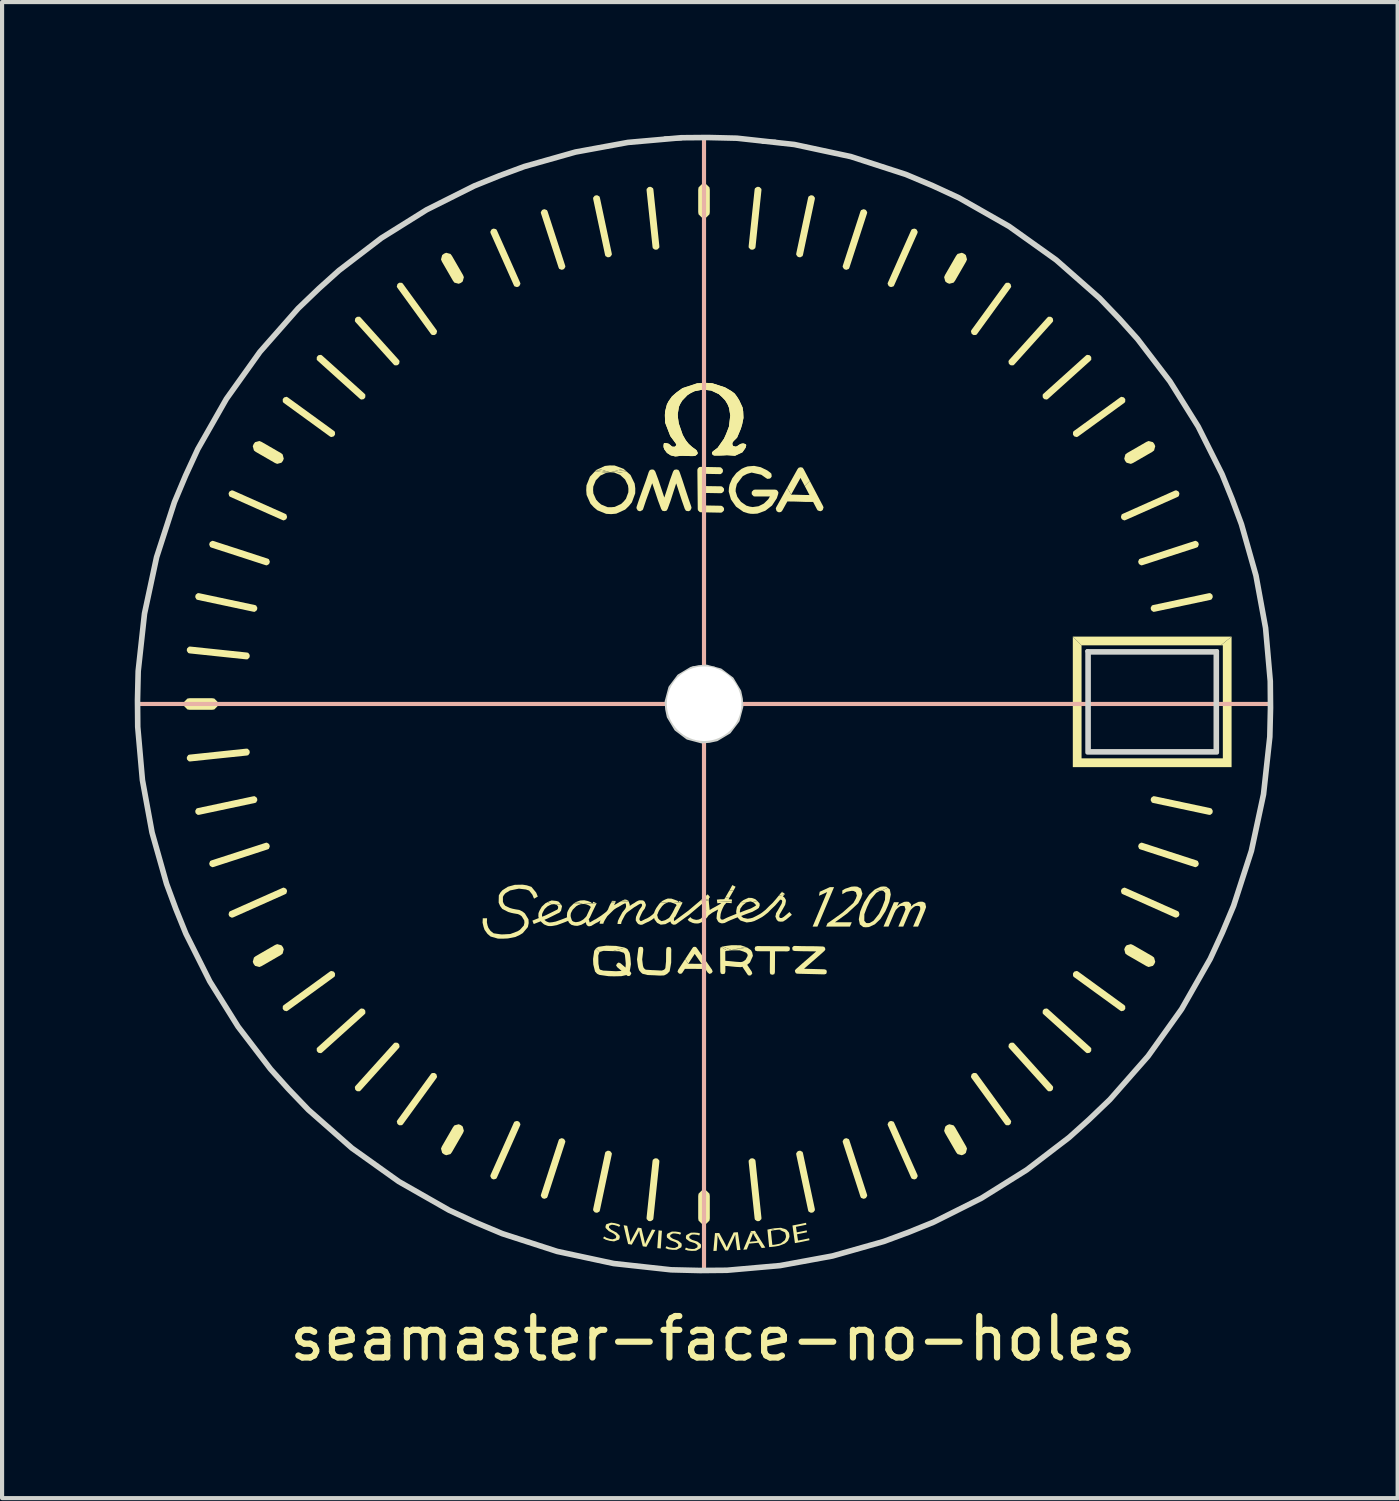
<source format=kicad_pcb>
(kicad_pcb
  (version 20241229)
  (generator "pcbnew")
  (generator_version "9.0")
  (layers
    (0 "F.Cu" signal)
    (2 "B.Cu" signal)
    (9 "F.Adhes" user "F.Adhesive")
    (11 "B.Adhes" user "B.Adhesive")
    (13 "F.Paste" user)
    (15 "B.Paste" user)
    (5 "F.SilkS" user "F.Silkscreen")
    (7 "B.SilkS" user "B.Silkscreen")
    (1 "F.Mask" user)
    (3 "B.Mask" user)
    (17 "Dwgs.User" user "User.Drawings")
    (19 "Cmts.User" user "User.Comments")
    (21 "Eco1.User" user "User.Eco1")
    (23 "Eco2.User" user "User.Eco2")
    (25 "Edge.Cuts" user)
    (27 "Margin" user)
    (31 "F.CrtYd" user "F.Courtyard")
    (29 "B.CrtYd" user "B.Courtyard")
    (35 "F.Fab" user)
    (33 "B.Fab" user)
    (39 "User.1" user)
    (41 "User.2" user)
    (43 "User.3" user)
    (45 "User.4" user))
  (footprint "seamaster-face-no-holes"
    (layer "F.Cu")
    (at 0.25 0.25)
    (property "Reference" "seamaster-face-no-holes" (at 13.9 29 0) (layer "F.SilkS") (effects (font (size 1 1) (thickness 0.15))))
    (attr through_hole)
    (fp_poly (pts (xy 2.642 14.764) (xy 2.642 14.764) (xy 2.642 14.764)) (stroke (width 0) (type solid)) (fill yes) (layer "F.SilkS"))
    (fp_poly (pts (xy 10.755 18.514) (xy 10.717 18.516) (xy 10.755 18.514)) (stroke (width 0) (type solid)) (fill yes) (layer "F.SilkS"))
    (fp_poly (pts (xy 10.755 18.514) (xy 10.755 18.514) (xy 10.757 18.514)) (stroke (width 0) (type solid)) (fill yes) (layer "F.SilkS"))
    (fp_poly (pts (xy 10.765 18.513) (xy 10.755 18.514) (xy 10.764 18.513)) (stroke (width 0) (type solid)) (fill yes) (layer "F.SilkS"))
    (fp_poly (pts (xy 11.418 8.096) (xy 11.334 8.106) (xy 11.411 8.095)) (stroke (width 0) (type solid)) (fill yes) (layer "F.SilkS"))
    (fp_poly (pts (xy 11.428 8.096) (xy 11.418 8.096) (xy 11.424 8.095)) (stroke (width 0) (type solid)) (fill yes) (layer "F.SilkS"))
    (fp_poly (pts (xy 14.257 19.644) (xy 14.227 19.648) (xy 14.256 19.643)) (stroke (width 0) (type solid)) (fill yes) (layer "F.SilkS"))
    (fp_poly (pts (xy 14.257 19.644) (xy 14.256 19.643) (xy 14.278 19.639)) (stroke (width 0) (type solid)) (fill yes) (layer "F.SilkS"))
    (fp_poly (pts (xy 14.359 19.63) (xy 14.257 19.644) (xy 14.345 19.624)) (stroke (width 0) (type solid)) (fill yes) (layer "F.SilkS"))
    (fp_poly (pts (xy 15.586 18.228) (xy 15.558 18.229) (xy 15.571 18.215)) (stroke (width 0) (type solid)) (fill yes) (layer "F.SilkS"))
    (fp_poly (pts (xy 10.69 18.498) (xy 10.539 18.506) (xy 10.549 18.496) (xy 10.589 18.473)) (stroke (width 0) (type solid)) (fill yes) (layer "F.SilkS"))
    (fp_poly (pts (xy 10.985 18.493) (xy 10.994 18.5) (xy 10.765 18.513) (xy 10.764 18.513)) (stroke (width 0) (type solid)) (fill yes) (layer "F.SilkS"))
    (fp_poly (pts (xy 11.334 8.106) (xy 11.059 8.07) (xy 11.083 8.045) (xy 11.411 8.095)) (stroke (width 0) (type solid)) (fill yes) (layer "F.SilkS"))
    (fp_poly (pts (xy 11.42 8.094) (xy 11.424 8.095) (xy 11.418 8.096) (xy 11.411 8.095)) (stroke (width 0) (type solid)) (fill yes) (layer "F.SilkS"))
    (fp_poly (pts (xy 11.745 8.011) (xy 11.781 8.043) (xy 11.435 8.091) (xy 11.74 8.009)) (stroke (width 0) (type solid)) (fill yes) (layer "F.SilkS"))
    (fp_poly (pts (xy 11.812 18.408) (xy 11.827 18.417) (xy 11.722 18.426) (xy 11.773 18.404)) (stroke (width 0) (type solid)) (fill yes) (layer "F.SilkS"))
    (fp_poly (pts (xy 12.2 18.428) (xy 12.096 18.434) (xy 12.099 18.433) (xy 12.122 18.421)) (stroke (width 0) (type solid)) (fill yes) (layer "F.SilkS"))
    (fp_poly (pts (xy 13.804 18.431) (xy 13.607 18.422) (xy 13.611 18.418) (xy 13.806 18.397)) (stroke (width 0) (type solid)) (fill yes) (layer "F.SilkS"))
    (fp_poly (pts (xy 14.688 19.547) (xy 14.724 19.562) (xy 14.35 19.627) (xy 14.345 19.624)) (stroke (width 0) (type solid)) (fill yes) (layer "F.SilkS"))
    (fp_poly (pts (xy 15.599 18.239) (xy 15.548 18.241) (xy 15.558 18.229) (xy 15.586 18.228)) (stroke (width 0) (type solid)) (fill yes) (layer "F.SilkS"))
    (fp_poly (pts (xy 26.156 12.272) (xy 22.797 12.272) (xy 22.586 12.061) (xy 26.417 12.061)) (stroke (width 0) (type solid)) (fill yes) (layer "F.SilkS"))
    (fp_poly (pts (xy 10.757 18.514) (xy 10.755 18.514) (xy 10.589 18.473) (xy 10.616 18.457) (xy 10.764 18.513)) (stroke (width 0) (type solid)) (fill yes) (layer "F.SilkS"))
    (fp_poly (pts (xy 11.073 18.485) (xy 11 18.492) (xy 11.001 18.49) (xy 11.009 18.474) (xy 11.017 18.458)) (stroke (width 0) (type solid)) (fill yes) (layer "F.SilkS"))
    (fp_poly (pts (xy 11.083 8.045) (xy 11.089 8.039) (xy 11.142 8.014) (xy 11.42 8.094) (xy 11.411 8.095)) (stroke (width 0) (type solid)) (fill yes) (layer "F.SilkS"))
    (fp_poly (pts (xy 11.091 18.494) (xy 10.996 18.5) (xy 10.998 18.496) (xy 11 18.492) (xy 11.073 18.485)) (stroke (width 0) (type solid)) (fill yes) (layer "F.SilkS"))
    (fp_poly (pts (xy 11.511 18.438) (xy 11.556 18.439) (xy 11.555 18.442) (xy 11.462 18.45) (xy 11.467 18.437)) (stroke (width 0) (type solid)) (fill yes) (layer "F.SilkS"))
    (fp_poly (pts (xy 11.55 18.467) (xy 11.451 18.473) (xy 11.457 18.462) (xy 11.462 18.45) (xy 11.555 18.442)) (stroke (width 0) (type solid)) (fill yes) (layer "F.SilkS"))
    (fp_poly (pts (xy 12.188 18.419) (xy 12.216 18.425) (xy 12.222 18.43) (xy 12.122 18.421) (xy 12.131 18.416)) (stroke (width 0) (type solid)) (fill yes) (layer "F.SilkS"))
    (fp_poly (pts (xy 11.142 8.014) (xy 11.294 7.943) (xy 11.411 7.93) (xy 11.53 7.932) (xy 11.74 8.009) (xy 11.424 8.095)) (stroke (width 0) (type solid)) (fill yes) (layer "F.SilkS"))
    (fp_poly (pts (xy 14.278 19.639) (xy 14.256 19.643) (xy 14.102 19.552) (xy 14.126 19.541) (xy 14.144 19.537) (xy 14.345 19.624)) (stroke (width 0) (type solid)) (fill yes) (layer "F.SilkS"))
    (fp_poly (pts (xy 14.41 18.076) (xy 14.449 18.096) (xy 14.403 18.183) (xy 14.295 18.193) (xy 14.323 18.144) (xy 14.37 18.056)) (stroke (width 0) (type solid)) (fill yes) (layer "F.SilkS"))
    (fp_poly (pts (xy 15.614 26.346) (xy 15.395 26.382) (xy 15.393 26.382) (xy 15.301 26.352) (xy 15.385 26.338) (xy 15.54 26.325)) (stroke (width 0) (type solid)) (fill yes) (layer "F.SilkS"))
    (fp_poly (pts (xy 11.864 18.437) (xy 11.868 18.448) (xy 11.655 18.461) (xy 11.661 18.457) (xy 11.706 18.434) (xy 11.722 18.426) (xy 11.827 18.417)) (stroke (width 0) (type solid)) (fill yes) (layer "F.SilkS"))
    (fp_poly (pts (xy 15.605 18.244) (xy 15.639 18.272) (xy 15.631 18.281) (xy 15.486 18.316) (xy 15.503 18.296) (xy 15.548 18.241) (xy 15.599 18.239)) (stroke (width 0) (type solid)) (fill yes) (layer "F.SilkS"))
    (fp_poly (pts (xy 11.435 8.091) (xy 11.781 8.043) (xy 11.818 8.076) (xy 11.557 8.117) (xy 11.519 8.101) (xy 11.437 8.096) (xy 11.428 8.096) (xy 11.424 8.095)) (stroke (width 0) (type solid)) (fill yes) (layer "F.SilkS"))
    (fp_poly (pts (xy 12.632 26.392) (xy 12.672 26.396) (xy 12.657 26.61) (xy 12.643 26.825) (xy 12.601 26.821) (xy 12.56 26.816) (xy 12.575 26.602) (xy 12.591 26.387)) (stroke (width 0) (type solid)) (fill yes) (layer "F.SilkS"))
    (fp_poly (pts (xy 14.144 19.537) (xy 14.172 19.532) (xy 14.241 19.521) (xy 14.349 19.507) (xy 14.569 19.508) (xy 14.68 19.544) (xy 14.688 19.547) (xy 14.345 19.624)) (stroke (width 0) (type solid)) (fill yes) (layer "F.SilkS"))
    (fp_poly (pts (xy 14.954 26.463) (xy 14.884 26.484) (xy 14.87 26.453) (xy 14.868 26.453) (xy 14.807 26.439) (xy 14.819 26.407) (xy 14.868 26.403) (xy 14.916 26.398)) (stroke (width 0) (type solid)) (fill yes) (layer "F.SilkS"))
    (fp_poly (pts (xy 16.424 19.058) (xy 16.308 19.058) (xy 16.658 18.226) (xy 16.656 18.226) (xy 16.461 18.315) (xy 16.479 18.217) (xy 16.723 18.106) (xy 16.825 18.106)) (stroke (width 0) (type solid)) (fill yes) (layer "F.SilkS"))
    (fp_poly (pts (xy 18.087 18.095) (xy 18.121 18.122) (xy 17.964 18.191) (xy 17.93 18.195) (xy 17.801 18.168) (xy 17.81 18.159) (xy 17.951 18.095) (xy 18.02 18.089)) (stroke (width 0) (type solid)) (fill yes) (layer "F.SilkS"))
    (fp_poly (pts (xy 10.616 18.457) (xy 10.619 18.456) (xy 10.701 18.428) (xy 10.75 18.425) (xy 10.798 18.422) (xy 10.885 18.441) (xy 10.949 18.466) (xy 10.985 18.493) (xy 10.764 18.513)) (stroke (width 0) (type solid)) (fill yes) (layer "F.SilkS"))
    (fp_poly (pts (xy 22.797 14.998) (xy 26.206 14.998) (xy 26.206 12.272) (xy 26.156 12.272) (xy 26.417 12.061) (xy 26.417 15.21) (xy 22.586 15.21) (xy 22.586 12.061) (xy 22.797 12.272)) (stroke (width 0) (type solid)) (fill yes) (layer "F.SilkS"))
    (fp_poly (pts (xy 14.401 18.187) (xy 14.352 18.271) (xy 14.329 18.311) (xy 14.31 18.343) (xy 14.202 18.355) (xy 14.23 18.305) (xy 14.252 18.267) (xy 14.275 18.226) (xy 14.295 18.193) (xy 14.403 18.183)) (stroke (width 0) (type solid)) (fill yes) (layer "F.SilkS"))
    (fp_poly (pts (xy 16.063 7.983) (xy 16.091 8.019) (xy 16.24 8.303) (xy 16.117 8.426) (xy 16.015 8.232) (xy 15.79 8.635) (xy 15.695 8.465) (xy 15.945 8.017) (xy 15.972 7.985) (xy 16.018 7.974)) (stroke (width 0) (type solid)) (fill yes) (layer "F.SilkS"))
    (fp_poly (pts (xy 10.125 18.439) (xy 10.178 18.455) (xy 10.237 18.522) (xy 10.114 18.528) (xy 10.099 18.523) (xy 10.077 18.518) (xy 10.057 18.517) (xy 10.009 18.523) (xy 9.919 18.465) (xy 9.943 18.453) (xy 10.011 18.427)) (stroke (width 0) (type solid)) (fill yes) (layer "F.SilkS"))
    (fp_poly (pts (xy 11.565 19.524) (xy 11.764 19.561) (xy 11.773 19.565) (xy 11.489 19.65) (xy 11.26 19.643) (xy 11.166 19.671) (xy 11.08 19.585) (xy 11.087 19.576) (xy 11.087 19.576) (xy 11.14 19.545) (xy 11.333 19.517)) (stroke (width 0) (type solid)) (fill yes) (layer "F.SilkS"))
    (fp_poly (pts (xy 13.491 19.55) (xy 13.511 19.571) (xy 13.511 19.571) (xy 13.703 19.844) (xy 13.63 19.956) (xy 13.463 19.717) (xy 13.307 19.954) (xy 13.235 19.84) (xy 13.409 19.573) (xy 13.43 19.55) (xy 13.46 19.545) (xy 13.461 19.545)) (stroke (width 0) (type solid)) (fill yes) (layer "F.SilkS"))
    (fp_poly (pts (xy 14.307 18.349) (xy 14.292 18.375) (xy 14.279 18.399) (xy 14.322 18.401) (xy 14.363 18.405) (xy 14.357 18.456) (xy 14.002 18.44) (xy 13.998 18.407) (xy 14.08 18.399) (xy 14.176 18.397) (xy 14.2 18.357) (xy 14.202 18.355) (xy 14.31 18.343)) (stroke (width 0) (type solid)) (fill yes) (layer "F.SilkS"))
    (fp_poly (pts (xy 14.839 18.367) (xy 14.925 18.396) (xy 14.972 18.44) (xy 14.973 18.44) (xy 14.859 18.467) (xy 14.823 18.454) (xy 14.811 18.452) (xy 14.799 18.452) (xy 14.713 18.472) (xy 14.576 18.466) (xy 14.601 18.446) (xy 14.638 18.418) (xy 14.76 18.363)) (stroke (width 0) (type solid)) (fill yes) (layer "F.SilkS"))
    (fp_poly (pts (xy 1.871 13.555) (xy 1.947 13.631) (xy 1.954 13.687) (xy 1.947 13.743) (xy 1.871 13.819) (xy 1.815 13.827) (xy 1.279 13.827) (xy 1.223 13.819) (xy 1.147 13.743) (xy 1.14 13.687) (xy 1.147 13.631) (xy 1.223 13.555) (xy 1.279 13.547) (xy 1.815 13.547)) (stroke (width 0) (type solid)) (fill yes) (layer "F.SilkS"))
    (fp_poly (pts (xy 3.011 7.362) (xy 3.475 7.63) (xy 3.52 7.665) (xy 3.547 7.768) (xy 3.526 7.821) (xy 3.491 7.865) (xy 3.388 7.893) (xy 3.336 7.872) (xy 2.872 7.604) (xy 2.827 7.569) (xy 2.799 7.466) (xy 2.821 7.413) (xy 2.855 7.369) (xy 2.959 7.341)) (stroke (width 0) (type solid)) (fill yes) (layer "F.SilkS"))
    (fp_poly (pts (xy 3.491 19.509) (xy 3.526 19.553) (xy 3.547 19.606) (xy 3.52 19.709) (xy 3.475 19.744) (xy 3.011 20.012) (xy 2.959 20.033) (xy 2.855 20.005) (xy 2.821 19.961) (xy 2.799 19.908) (xy 2.827 19.805) (xy 2.872 19.77) (xy 3.336 19.502) (xy 3.388 19.481)) (stroke (width 0) (type solid)) (fill yes) (layer "F.SilkS"))
    (fp_poly (pts (xy 7.569 2.827) (xy 7.604 2.872) (xy 7.872 3.336) (xy 7.893 3.388) (xy 7.865 3.491) (xy 7.821 3.526) (xy 7.768 3.547) (xy 7.665 3.52) (xy 7.63 3.475) (xy 7.362 3.011) (xy 7.341 2.959) (xy 7.369 2.855) (xy 7.413 2.821) (xy 7.466 2.799)) (stroke (width 0) (type solid)) (fill yes) (layer "F.SilkS"))
    (fp_poly (pts (xy 7.821 23.848) (xy 7.865 23.883) (xy 7.893 23.986) (xy 7.872 24.038) (xy 7.604 24.502) (xy 7.569 24.547) (xy 7.466 24.575) (xy 7.413 24.553) (xy 7.369 24.519) (xy 7.341 24.415) (xy 7.362 24.363) (xy 7.63 23.899) (xy 7.665 23.854) (xy 7.768 23.827)) (stroke (width 0) (type solid)) (fill yes) (layer "F.SilkS"))
    (fp_poly (pts (xy 13.743 1.147) (xy 13.819 1.223) (xy 13.827 1.279) (xy 13.827 1.815) (xy 13.819 1.871) (xy 13.743 1.947) (xy 13.687 1.954) (xy 13.631 1.947) (xy 13.555 1.871) (xy 13.547 1.815) (xy 13.547 1.279) (xy 13.555 1.223) (xy 13.631 1.147) (xy 13.687 1.14)) (stroke (width 0) (type solid)) (fill yes) (layer "F.SilkS"))
    (fp_poly (pts (xy 13.743 25.427) (xy 13.819 25.503) (xy 13.827 25.559) (xy 13.827 26.095) (xy 13.819 26.151) (xy 13.743 26.227) (xy 13.687 26.234) (xy 13.631 26.227) (xy 13.555 26.151) (xy 13.547 26.095) (xy 13.547 25.559) (xy 13.555 25.503) (xy 13.631 25.427) (xy 13.687 25.42)) (stroke (width 0) (type solid)) (fill yes) (layer "F.SilkS"))
    (fp_poly (pts (xy 19.709 23.854) (xy 19.744 23.899) (xy 20.012 24.363) (xy 20.033 24.415) (xy 20.005 24.519) (xy 19.961 24.553) (xy 19.908 24.575) (xy 19.805 24.547) (xy 19.77 24.502) (xy 19.502 24.038) (xy 19.481 23.986) (xy 19.509 23.883) (xy 19.553 23.848) (xy 19.606 23.827)) (stroke (width 0) (type solid)) (fill yes) (layer "F.SilkS"))
    (fp_poly (pts (xy 19.961 2.821) (xy 20.005 2.855) (xy 20.033 2.959) (xy 20.012 3.011) (xy 19.744 3.475) (xy 19.709 3.52) (xy 19.606 3.547) (xy 19.553 3.526) (xy 19.509 3.491) (xy 19.481 3.388) (xy 19.502 3.336) (xy 19.77 2.872) (xy 19.805 2.827) (xy 19.908 2.799)) (stroke (width 0) (type solid)) (fill yes) (layer "F.SilkS"))
    (fp_poly (pts (xy 24.038 19.502) (xy 24.502 19.77) (xy 24.547 19.805) (xy 24.575 19.908) (xy 24.553 19.961) (xy 24.519 20.005) (xy 24.415 20.033) (xy 24.363 20.012) (xy 23.899 19.744) (xy 23.854 19.709) (xy 23.827 19.606) (xy 23.848 19.553) (xy 23.883 19.509) (xy 23.986 19.481)) (stroke (width 0) (type solid)) (fill yes) (layer "F.SilkS"))
    (fp_poly (pts (xy 24.519 7.369) (xy 24.553 7.413) (xy 24.575 7.466) (xy 24.547 7.569) (xy 24.502 7.604) (xy 24.038 7.872) (xy 23.986 7.893) (xy 23.883 7.865) (xy 23.848 7.821) (xy 23.827 7.768) (xy 23.854 7.665) (xy 23.899 7.63) (xy 24.363 7.362) (xy 24.415 7.341)) (stroke (width 0) (type solid)) (fill yes) (layer "F.SilkS"))
    (fp_poly (pts (xy 5.472 21.041) (xy 5.496 21.062) (xy 5.514 21.088) (xy 5.516 21.149) (xy 5.496 21.174) (xy 4.474 22.094) (xy 4.447 22.112) (xy 4.386 22.104) (xy 4.363 22.083) (xy 4.344 22.057) (xy 4.342 21.996) (xy 4.363 21.971) (xy 4.874 21.511) (xy 5.385 21.051) (xy 5.412 21.033)) (stroke (width 0) (type solid)) (fill yes) (layer "F.SilkS"))
    (fp_poly (pts (xy 21.174 21.878) (xy 22.094 22.9) (xy 22.112 22.927) (xy 22.104 22.988) (xy 22.083 23.012) (xy 22.057 23.03) (xy 21.996 23.032) (xy 21.971 23.011) (xy 21.511 22.5) (xy 21.051 21.989) (xy 21.033 21.962) (xy 21.041 21.902) (xy 21.062 21.878) (xy 21.088 21.86) (xy 21.149 21.858)) (stroke (width 0) (type solid)) (fill yes) (layer "F.SilkS"))
    (fp_poly (pts (xy 21.989 21.051) (xy 22.5 21.511) (xy 23.011 21.971) (xy 23.032 21.996) (xy 23.03 22.057) (xy 23.012 22.083) (xy 22.988 22.104) (xy 22.927 22.112) (xy 22.9 22.094) (xy 21.878 21.174) (xy 21.858 21.149) (xy 21.86 21.088) (xy 21.878 21.062) (xy 21.902 21.041) (xy 21.962 21.033)) (stroke (width 0) (type solid)) (fill yes) (layer "F.SilkS"))
    (fp_poly (pts (xy 22.057 4.344) (xy 22.083 4.363) (xy 22.104 4.386) (xy 22.112 4.447) (xy 22.094 4.474) (xy 21.174 5.496) (xy 21.149 5.516) (xy 21.088 5.514) (xy 21.062 5.496) (xy 21.041 5.472) (xy 21.033 5.412) (xy 21.051 5.385) (xy 21.511 4.874) (xy 21.971 4.363) (xy 21.996 4.342)) (stroke (width 0) (type solid)) (fill yes) (layer "F.SilkS"))
    (fp_poly (pts (xy 1.504 11.013) (xy 2.177 11.156) (xy 2.85 11.299) (xy 2.88 11.31) (xy 2.909 11.364) (xy 2.906 11.395) (xy 2.896 11.425) (xy 2.848 11.463) (xy 2.815 11.461) (xy 2.143 11.318) (xy 1.47 11.175) (xy 1.44 11.163) (xy 1.411 11.11) (xy 1.414 11.078) (xy 1.424 11.048) (xy 1.472 11.011)) (stroke (width 0) (type solid)) (fill yes) (layer "F.SilkS"))
    (fp_poly (pts (xy 1.851 9.754) (xy 2.505 9.966) (xy 3.159 10.179) (xy 3.188 10.194) (xy 3.211 10.25) (xy 3.204 10.281) (xy 3.191 10.31) (xy 3.139 10.342) (xy 3.108 10.337) (xy 2.453 10.124) (xy 1.799 9.912) (xy 1.771 9.897) (xy 1.748 9.841) (xy 1.754 9.81) (xy 1.767 9.781) (xy 1.819 9.749)) (stroke (width 0) (type solid)) (fill yes) (layer "F.SilkS"))
    (fp_poly (pts (xy 2.674 14.766) (xy 2.718 14.808) (xy 2.725 14.839) (xy 2.725 14.871) (xy 2.691 14.921) (xy 2.66 14.93) (xy 1.976 15.001) (xy 1.292 15.073) (xy 1.259 15.072) (xy 1.215 15.029) (xy 1.208 14.999) (xy 1.209 14.967) (xy 1.243 14.917) (xy 1.274 14.908) (xy 1.958 14.836) (xy 2.642 14.764)) (stroke (width 0) (type solid)) (fill yes) (layer "F.SilkS"))
    (fp_poly (pts (xy 2.896 15.949) (xy 2.906 15.979) (xy 2.909 16.01) (xy 2.88 16.064) (xy 2.85 16.075) (xy 2.177 16.218) (xy 1.504 16.361) (xy 1.472 16.363) (xy 1.424 16.326) (xy 1.414 16.296) (xy 1.411 16.264) (xy 1.44 16.211) (xy 1.47 16.199) (xy 2.143 16.056) (xy 2.815 15.913) (xy 2.848 15.912)) (stroke (width 0) (type solid)) (fill yes) (layer "F.SilkS"))
    (fp_poly (pts (xy 3.191 17.064) (xy 3.204 17.093) (xy 3.21 17.124) (xy 3.188 17.18) (xy 3.159 17.195) (xy 2.505 17.408) (xy 1.851 17.62) (xy 1.819 17.625) (xy 1.767 17.593) (xy 1.754 17.564) (xy 1.748 17.533) (xy 1.771 17.477) (xy 1.799 17.462) (xy 2.453 17.25) (xy 3.108 17.037) (xy 3.139 17.032)) (stroke (width 0) (type solid)) (fill yes) (layer "F.SilkS"))
    (fp_poly (pts (xy 4.474 5.28) (xy 5.496 6.2) (xy 5.496 6.2) (xy 5.516 6.225) (xy 5.514 6.286) (xy 5.496 6.312) (xy 5.472 6.333) (xy 5.412 6.341) (xy 5.385 6.323) (xy 4.874 5.863) (xy 4.363 5.403) (xy 4.342 5.378) (xy 4.344 5.317) (xy 4.363 5.291) (xy 4.386 5.27) (xy 4.447 5.262)) (stroke (width 0) (type solid)) (fill yes) (layer "F.SilkS"))
    (fp_poly (pts (xy 5.403 4.363) (xy 5.863 4.874) (xy 6.323 5.385) (xy 6.323 5.385) (xy 6.341 5.412) (xy 6.333 5.472) (xy 6.312 5.496) (xy 6.286 5.514) (xy 6.225 5.516) (xy 6.2 5.496) (xy 5.28 4.474) (xy 5.262 4.447) (xy 5.27 4.386) (xy 5.291 4.363) (xy 5.317 4.344) (xy 5.378 4.342)) (stroke (width 0) (type solid)) (fill yes) (layer "F.SilkS"))
    (fp_poly (pts (xy 6.286 21.86) (xy 6.312 21.878) (xy 6.333 21.902) (xy 6.341 21.962) (xy 6.323 21.989) (xy 5.863 22.5) (xy 5.403 23.011) (xy 5.378 23.032) (xy 5.317 23.03) (xy 5.291 23.012) (xy 5.27 22.988) (xy 5.262 22.927) (xy 5.28 22.9) (xy 6.2 21.878) (xy 6.2 21.878) (xy 6.225 21.858)) (stroke (width 0) (type solid)) (fill yes) (layer "F.SilkS"))
    (fp_poly (pts (xy 9.204 23.756) (xy 9.231 23.772) (xy 9.258 23.827) (xy 9.249 23.858) (xy 8.97 24.487) (xy 8.69 25.115) (xy 8.672 25.142) (xy 8.614 25.159) (xy 8.584 25.15) (xy 8.556 25.133) (xy 8.53 25.079) (xy 8.538 25.047) (xy 8.818 24.419) (xy 9.098 23.791) (xy 9.115 23.764) (xy 9.174 23.747)) (stroke (width 0) (type solid)) (fill yes) (layer "F.SilkS"))
    (fp_poly (pts (xy 9.897 1.771) (xy 9.912 1.799) (xy 10.124 2.453) (xy 10.337 3.108) (xy 10.342 3.139) (xy 10.31 3.191) (xy 10.281 3.204) (xy 10.25 3.21) (xy 10.194 3.188) (xy 10.179 3.159) (xy 9.966 2.505) (xy 9.754 1.851) (xy 9.749 1.819) (xy 9.781 1.767) (xy 9.81 1.754) (xy 9.841 1.748)) (stroke (width 0) (type solid)) (fill yes) (layer "F.SilkS"))
    (fp_poly (pts (xy 10.281 24.17) (xy 10.31 24.183) (xy 10.342 24.235) (xy 10.337 24.267) (xy 10.124 24.921) (xy 9.912 25.575) (xy 9.897 25.603) (xy 9.841 25.626) (xy 9.81 25.62) (xy 9.781 25.607) (xy 9.749 25.555) (xy 9.754 25.523) (xy 9.966 24.869) (xy 10.179 24.215) (xy 10.194 24.186) (xy 10.25 24.163)) (stroke (width 0) (type solid)) (fill yes) (layer "F.SilkS"))
    (fp_poly (pts (xy 11.163 1.44) (xy 11.175 1.47) (xy 11.318 2.143) (xy 11.461 2.815) (xy 11.463 2.848) (xy 11.425 2.896) (xy 11.395 2.906) (xy 11.364 2.909) (xy 11.31 2.88) (xy 11.299 2.85) (xy 11.156 2.177) (xy 11.013 1.504) (xy 11.011 1.472) (xy 11.048 1.424) (xy 11.078 1.414) (xy 11.11 1.411)) (stroke (width 0) (type solid)) (fill yes) (layer "F.SilkS"))
    (fp_poly (pts (xy 11.395 24.468) (xy 11.425 24.478) (xy 11.463 24.526) (xy 11.461 24.559) (xy 11.318 25.231) (xy 11.175 25.904) (xy 11.163 25.934) (xy 11.11 25.963) (xy 11.078 25.96) (xy 11.048 25.95) (xy 11.011 25.902) (xy 11.013 25.87) (xy 11.156 25.197) (xy 11.299 24.524) (xy 11.31 24.494) (xy 11.364 24.465)) (stroke (width 0) (type solid)) (fill yes) (layer "F.SilkS"))
    (fp_poly (pts (xy 12.407 1.209) (xy 12.457 1.243) (xy 12.466 1.274) (xy 12.538 1.958) (xy 12.61 2.642) (xy 12.608 2.674) (xy 12.566 2.718) (xy 12.535 2.725) (xy 12.503 2.725) (xy 12.453 2.691) (xy 12.445 2.66) (xy 12.373 1.976) (xy 12.301 1.292) (xy 12.303 1.259) (xy 12.345 1.215) (xy 12.376 1.208)) (stroke (width 0) (type solid)) (fill yes) (layer "F.SilkS"))
    (fp_poly (pts (xy 12.566 24.656) (xy 12.608 24.7) (xy 12.61 24.732) (xy 12.538 25.416) (xy 12.466 26.1) (xy 12.457 26.131) (xy 12.407 26.165) (xy 12.376 26.166) (xy 12.345 26.159) (xy 12.303 26.115) (xy 12.301 26.082) (xy 12.373 25.398) (xy 12.445 24.715) (xy 12.453 24.683) (xy 12.503 24.649) (xy 12.535 24.649)) (stroke (width 0) (type solid)) (fill yes) (layer "F.SilkS"))
    (fp_poly (pts (xy 14.871 24.649) (xy 14.921 24.683) (xy 14.93 24.715) (xy 15.001 25.398) (xy 15.073 26.082) (xy 15.072 26.115) (xy 15.029 26.159) (xy 14.999 26.166) (xy 14.967 26.165) (xy 14.917 26.131) (xy 14.908 26.1) (xy 14.836 25.416) (xy 14.764 24.732) (xy 14.766 24.7) (xy 14.808 24.656) (xy 14.839 24.649)) (stroke (width 0) (type solid)) (fill yes) (layer "F.SilkS"))
    (fp_poly (pts (xy 16.064 24.494) (xy 16.075 24.524) (xy 16.218 25.197) (xy 16.361 25.87) (xy 16.363 25.902) (xy 16.326 25.95) (xy 16.296 25.96) (xy 16.264 25.963) (xy 16.211 25.934) (xy 16.199 25.904) (xy 16.056 25.231) (xy 15.913 24.559) (xy 15.912 24.526) (xy 15.949 24.478) (xy 15.979 24.468) (xy 16.01 24.465)) (stroke (width 0) (type solid)) (fill yes) (layer "F.SilkS"))
    (fp_poly (pts (xy 16.296 1.414) (xy 16.326 1.424) (xy 16.363 1.472) (xy 16.361 1.504) (xy 16.218 2.177) (xy 16.075 2.85) (xy 16.064 2.88) (xy 16.01 2.909) (xy 15.979 2.906) (xy 15.949 2.896) (xy 15.912 2.848) (xy 15.913 2.815) (xy 16.056 2.143) (xy 16.199 1.47) (xy 16.211 1.44) (xy 16.264 1.411)) (stroke (width 0) (type solid)) (fill yes) (layer "F.SilkS"))
    (fp_poly (pts (xy 17.18 24.186) (xy 17.195 24.215) (xy 17.408 24.869) (xy 17.62 25.523) (xy 17.625 25.555) (xy 17.593 25.607) (xy 17.564 25.62) (xy 17.533 25.626) (xy 17.477 25.603) (xy 17.462 25.575) (xy 17.25 24.921) (xy 17.037 24.267) (xy 17.032 24.235) (xy 17.064 24.183) (xy 17.093 24.17) (xy 17.124 24.163)) (stroke (width 0) (type solid)) (fill yes) (layer "F.SilkS"))
    (fp_poly (pts (xy 17.564 1.754) (xy 17.593 1.767) (xy 17.625 1.819) (xy 17.62 1.851) (xy 17.408 2.505) (xy 17.195 3.159) (xy 17.18 3.188) (xy 17.124 3.211) (xy 17.093 3.204) (xy 17.064 3.191) (xy 17.032 3.139) (xy 17.037 3.108) (xy 17.25 2.453) (xy 17.462 1.799) (xy 17.477 1.771) (xy 17.533 1.748)) (stroke (width 0) (type solid)) (fill yes) (layer "F.SilkS"))
    (fp_poly (pts (xy 18.259 23.764) (xy 18.276 23.791) (xy 18.556 24.419) (xy 18.836 25.047) (xy 18.844 25.079) (xy 18.818 25.133) (xy 18.791 25.15) (xy 18.76 25.159) (xy 18.702 25.142) (xy 18.684 25.115) (xy 18.404 24.487) (xy 18.125 23.858) (xy 18.116 23.827) (xy 18.143 23.772) (xy 18.17 23.756) (xy 18.2 23.747)) (stroke (width 0) (type solid)) (fill yes) (layer "F.SilkS"))
    (fp_poly (pts (xy 20.254 22.593) (xy 20.277 22.616) (xy 20.681 23.172) (xy 21.085 23.729) (xy 21.1 23.757) (xy 21.085 23.817) (xy 21.062 23.838) (xy 21.035 23.853) (xy 20.974 23.849) (xy 20.951 23.826) (xy 20.547 23.27) (xy 20.142 22.713) (xy 20.128 22.685) (xy 20.142 22.625) (xy 20.166 22.604) (xy 20.193 22.589)) (stroke (width 0) (type solid)) (fill yes) (layer "F.SilkS"))
    (fp_poly (pts (xy 22.988 5.27) (xy 23.012 5.291) (xy 23.03 5.317) (xy 23.032 5.378) (xy 23.011 5.403) (xy 22.5 5.863) (xy 21.989 6.323) (xy 21.989 6.323) (xy 21.962 6.341) (xy 21.902 6.333) (xy 21.878 6.312) (xy 21.86 6.286) (xy 21.858 6.225) (xy 21.878 6.2) (xy 22.9 5.28) (xy 22.927 5.262)) (stroke (width 0) (type solid)) (fill yes) (layer "F.SilkS"))
    (fp_poly (pts (xy 23.817 6.289) (xy 23.838 6.312) (xy 23.853 6.339) (xy 23.849 6.4) (xy 23.826 6.423) (xy 23.27 6.827) (xy 22.713 7.232) (xy 22.685 7.246) (xy 22.625 7.232) (xy 22.604 7.208) (xy 22.589 7.181) (xy 22.593 7.12) (xy 22.616 7.097) (xy 23.172 6.693) (xy 23.729 6.289) (xy 23.757 6.274)) (stroke (width 0) (type solid)) (fill yes) (layer "F.SilkS"))
    (fp_poly (pts (xy 23.858 18.125) (xy 24.487 18.404) (xy 25.115 18.684) (xy 25.142 18.702) (xy 25.159 18.76) (xy 25.15 18.791) (xy 25.133 18.818) (xy 25.079 18.844) (xy 25.047 18.836) (xy 24.419 18.556) (xy 23.791 18.276) (xy 23.764 18.259) (xy 23.747 18.2) (xy 23.756 18.17) (xy 23.772 18.143) (xy 23.827 18.116)) (stroke (width 0) (type solid)) (fill yes) (layer "F.SilkS"))
    (fp_poly (pts (xy 24.267 17.037) (xy 24.921 17.25) (xy 25.575 17.462) (xy 25.603 17.477) (xy 25.626 17.533) (xy 25.62 17.564) (xy 25.607 17.593) (xy 25.555 17.625) (xy 25.523 17.62) (xy 24.869 17.408) (xy 24.215 17.195) (xy 24.186 17.18) (xy 24.163 17.124) (xy 24.17 17.093) (xy 24.183 17.064) (xy 24.235 17.032)) (stroke (width 0) (type solid)) (fill yes) (layer "F.SilkS"))
    (fp_poly (pts (xy 24.559 15.913) (xy 25.231 16.056) (xy 25.904 16.199) (xy 25.934 16.211) (xy 25.963 16.264) (xy 25.96 16.296) (xy 25.95 16.326) (xy 25.902 16.363) (xy 25.87 16.361) (xy 25.197 16.218) (xy 24.524 16.075) (xy 24.494 16.064) (xy 24.465 16.01) (xy 24.468 15.979) (xy 24.478 15.949) (xy 24.526 15.912)) (stroke (width 0) (type solid)) (fill yes) (layer "F.SilkS"))
    (fp_poly (pts (xy 25.133 8.556) (xy 25.15 8.584) (xy 25.159 8.614) (xy 25.142 8.672) (xy 25.115 8.69) (xy 24.487 8.97) (xy 23.858 9.249) (xy 23.827 9.258) (xy 23.772 9.231) (xy 23.756 9.204) (xy 23.747 9.174) (xy 23.764 9.115) (xy 23.791 9.098) (xy 24.419 8.818) (xy 25.047 8.538) (xy 25.079 8.53)) (stroke (width 0) (type solid)) (fill yes) (layer "F.SilkS"))
    (fp_poly (pts (xy 25.607 9.781) (xy 25.62 9.81) (xy 25.626 9.841) (xy 25.603 9.897) (xy 25.575 9.912) (xy 24.921 10.124) (xy 24.267 10.337) (xy 24.235 10.342) (xy 24.183 10.31) (xy 24.17 10.281) (xy 24.163 10.25) (xy 24.186 10.194) (xy 24.215 10.179) (xy 24.869 9.966) (xy 25.523 9.754) (xy 25.555 9.749)) (stroke (width 0) (type solid)) (fill yes) (layer "F.SilkS"))
    (fp_poly (pts (xy 25.95 11.048) (xy 25.96 11.078) (xy 25.963 11.11) (xy 25.934 11.163) (xy 25.904 11.175) (xy 25.231 11.318) (xy 24.559 11.461) (xy 24.526 11.463) (xy 24.478 11.425) (xy 24.468 11.395) (xy 24.465 11.364) (xy 24.494 11.31) (xy 24.524 11.299) (xy 25.197 11.156) (xy 25.87 11.013) (xy 25.902 11.011)) (stroke (width 0) (type solid)) (fill yes) (layer "F.SilkS"))
    (fp_poly (pts (xy 1.976 12.373) (xy 2.66 12.445) (xy 2.66 12.445) (xy 2.691 12.453) (xy 2.725 12.503) (xy 2.725 12.535) (xy 2.718 12.566) (xy 2.674 12.608) (xy 2.642 12.61) (xy 1.958 12.538) (xy 1.274 12.466) (xy 1.243 12.457) (xy 1.209 12.407) (xy 1.208 12.376) (xy 1.215 12.345) (xy 1.259 12.303) (xy 1.292 12.301)) (stroke (width 0) (type solid)) (fill yes) (layer "F.SilkS"))
    (fp_poly (pts (xy 2.327 8.538) (xy 2.955 8.818) (xy 3.583 9.098) (xy 3.583 9.098) (xy 3.61 9.115) (xy 3.627 9.174) (xy 3.618 9.204) (xy 3.602 9.231) (xy 3.547 9.258) (xy 3.516 9.249) (xy 2.887 8.97) (xy 2.259 8.69) (xy 2.232 8.672) (xy 2.215 8.614) (xy 2.224 8.584) (xy 2.241 8.556) (xy 2.295 8.53)) (stroke (width 0) (type solid)) (fill yes) (layer "F.SilkS"))
    (fp_poly (pts (xy 3.602 18.143) (xy 3.618 18.17) (xy 3.627 18.2) (xy 3.61 18.259) (xy 3.583 18.276) (xy 2.955 18.556) (xy 2.327 18.836) (xy 2.295 18.844) (xy 2.241 18.818) (xy 2.224 18.791) (xy 2.215 18.76) (xy 2.232 18.702) (xy 2.259 18.684) (xy 2.887 18.404) (xy 3.516 18.125) (xy 3.516 18.125) (xy 3.547 18.116)) (stroke (width 0) (type solid)) (fill yes) (layer "F.SilkS"))
    (fp_poly (pts (xy 3.645 6.289) (xy 4.202 6.693) (xy 4.758 7.097) (xy 4.758 7.097) (xy 4.781 7.12) (xy 4.785 7.181) (xy 4.77 7.208) (xy 4.748 7.232) (xy 4.689 7.246) (xy 4.661 7.232) (xy 4.104 6.827) (xy 3.548 6.423) (xy 3.525 6.4) (xy 3.521 6.339) (xy 3.536 6.312) (xy 3.557 6.289) (xy 3.617 6.274)) (stroke (width 0) (type solid)) (fill yes) (layer "F.SilkS"))
    (fp_poly (pts (xy 4.749 20.142) (xy 4.77 20.166) (xy 4.785 20.193) (xy 4.781 20.254) (xy 4.758 20.277) (xy 4.202 20.681) (xy 3.645 21.085) (xy 3.617 21.1) (xy 3.557 21.085) (xy 3.536 21.062) (xy 3.521 21.035) (xy 3.525 20.974) (xy 3.548 20.951) (xy 4.104 20.547) (xy 4.661 20.142) (xy 4.661 20.142) (xy 4.689 20.128)) (stroke (width 0) (type solid)) (fill yes) (layer "F.SilkS"))
    (fp_poly (pts (xy 6.4 3.525) (xy 6.423 3.548) (xy 6.827 4.104) (xy 7.232 4.661) (xy 7.232 4.661) (xy 7.246 4.689) (xy 7.232 4.749) (xy 7.208 4.77) (xy 7.181 4.785) (xy 7.12 4.781) (xy 7.097 4.758) (xy 6.693 4.202) (xy 6.289 3.645) (xy 6.274 3.617) (xy 6.289 3.557) (xy 6.312 3.536) (xy 6.339 3.521)) (stroke (width 0) (type solid)) (fill yes) (layer "F.SilkS"))
    (fp_poly (pts (xy 7.208 22.604) (xy 7.232 22.625) (xy 7.246 22.685) (xy 7.232 22.713) (xy 6.827 23.27) (xy 6.423 23.826) (xy 6.4 23.849) (xy 6.339 23.853) (xy 6.312 23.838) (xy 6.289 23.817) (xy 6.274 23.757) (xy 6.289 23.729) (xy 6.693 23.172) (xy 7.097 22.616) (xy 7.097 22.616) (xy 7.12 22.593) (xy 7.181 22.589)) (stroke (width 0) (type solid)) (fill yes) (layer "F.SilkS"))
    (fp_poly (pts (xy 8.672 2.232) (xy 8.69 2.259) (xy 8.97 2.887) (xy 9.249 3.516) (xy 9.249 3.516) (xy 9.258 3.547) (xy 9.231 3.602) (xy 9.204 3.618) (xy 9.174 3.627) (xy 9.115 3.61) (xy 9.098 3.583) (xy 8.818 2.955) (xy 8.538 2.327) (xy 8.53 2.295) (xy 8.556 2.241) (xy 8.584 2.224) (xy 8.614 2.215)) (stroke (width 0) (type solid)) (fill yes) (layer "F.SilkS"))
    (fp_poly (pts (xy 15.029 1.215) (xy 15.072 1.259) (xy 15.073 1.292) (xy 15.001 1.976) (xy 14.93 2.66) (xy 14.93 2.66) (xy 14.921 2.691) (xy 14.871 2.725) (xy 14.839 2.725) (xy 14.808 2.718) (xy 14.766 2.674) (xy 14.764 2.642) (xy 14.836 1.958) (xy 14.908 1.274) (xy 14.917 1.243) (xy 14.967 1.209) (xy 14.999 1.208)) (stroke (width 0) (type solid)) (fill yes) (layer "F.SilkS"))
    (fp_poly (pts (xy 15.699 19.533) (xy 15.747 19.547) (xy 15.761 19.595) (xy 15.747 19.642) (xy 15.699 19.656) (xy 15.401 19.654) (xy 15.398 20.158) (xy 15.384 20.206) (xy 15.336 20.22) (xy 15.288 20.206) (xy 15.275 20.157) (xy 15.278 19.654) (xy 14.971 19.652) (xy 14.923 19.638) (xy 14.909 19.59) (xy 14.924 19.542) (xy 14.971 19.528)) (stroke (width 0) (type solid)) (fill yes) (layer "F.SilkS"))
    (fp_poly (pts (xy 18.791 2.224) (xy 18.818 2.241) (xy 18.844 2.295) (xy 18.836 2.327) (xy 18.556 2.955) (xy 18.276 3.583) (xy 18.276 3.583) (xy 18.259 3.61) (xy 18.2 3.627) (xy 18.17 3.618) (xy 18.143 3.602) (xy 18.116 3.547) (xy 18.125 3.516) (xy 18.404 2.887) (xy 18.684 2.259) (xy 18.702 2.232) (xy 18.76 2.215)) (stroke (width 0) (type solid)) (fill yes) (layer "F.SilkS"))
    (fp_poly (pts (xy 21.062 3.536) (xy 21.085 3.557) (xy 21.1 3.617) (xy 21.085 3.645) (xy 20.681 4.202) (xy 20.277 4.758) (xy 20.277 4.758) (xy 20.254 4.781) (xy 20.193 4.785) (xy 20.166 4.77) (xy 20.142 4.748) (xy 20.128 4.689) (xy 20.142 4.661) (xy 20.547 4.104) (xy 20.951 3.548) (xy 20.974 3.525) (xy 21.035 3.521)) (stroke (width 0) (type solid)) (fill yes) (layer "F.SilkS"))
    (fp_poly (pts (xy 22.713 20.142) (xy 23.27 20.547) (xy 23.826 20.951) (xy 23.849 20.974) (xy 23.853 21.035) (xy 23.838 21.062) (xy 23.817 21.085) (xy 23.757 21.1) (xy 23.729 21.085) (xy 23.172 20.681) (xy 22.616 20.277) (xy 22.616 20.277) (xy 22.593 20.254) (xy 22.589 20.193) (xy 22.604 20.166) (xy 22.625 20.142) (xy 22.685 20.128)) (stroke (width 0) (type solid)) (fill yes) (layer "F.SilkS"))
    (fp_poly (pts (xy 13.307 19.954) (xy 13.63 19.956) (xy 13.703 19.844) (xy 13.88 20.098) (xy 13.896 20.145) (xy 13.865 20.184) (xy 13.818 20.2) (xy 13.779 20.169) (xy 13.717 20.08) (xy 13.226 20.077) (xy 13.166 20.169) (xy 13.144 20.192) (xy 13.114 20.197) (xy 13.097 20.195) (xy 13.081 20.187) (xy 13.048 20.149) (xy 13.063 20.102) (xy 13.235 19.84)) (stroke (width 0) (type solid)) (fill yes) (layer "F.SilkS"))
    (fp_poly (pts (xy 13.805 18.313) (xy 13.833 18.347) (xy 13.824 18.355) (xy 13.815 18.363) (xy 13.811 18.366) (xy 13.807 18.369) (xy 13.806 18.397) (xy 13.611 18.418) (xy 13.696 18.347) (xy 13.712 18.333) (xy 13.726 18.321) (xy 13.726 18.32) (xy 13.726 18.319) (xy 13.727 18.32) (xy 13.728 18.32) (xy 13.745 18.305) (xy 13.758 18.295) (xy 13.767 18.287) (xy 13.777 18.279)) (stroke (width 0) (type solid)) (fill yes) (layer "F.SilkS"))
    (fp_poly (pts (xy 12.866 18.382) (xy 12.868 18.382) (xy 12.87 18.382) (xy 12.901 18.383) (xy 12.979 18.41) (xy 12.986 18.413) (xy 12.992 18.415) (xy 13.046 18.435) (xy 13.078 18.464) (xy 13.085 18.451) (xy 13.091 18.438) (xy 13.147 18.467) (xy 12.938 18.49) (xy 12.883 18.471) (xy 12.869 18.471) (xy 12.864 18.471) (xy 12.859 18.471) (xy 12.828 18.469) (xy 12.792 18.483) (xy 12.646 18.47) (xy 12.648 18.468) (xy 12.688 18.435) (xy 12.758 18.401) (xy 12.812 18.381)) (stroke (width 0) (type solid)) (fill yes) (layer "F.SilkS"))
    (fp_poly (pts (xy 16.153 26.228) (xy 16.157 26.251) (xy 16.032 26.277) (xy 15.906 26.302) (xy 15.916 26.369) (xy 15.926 26.436) (xy 16.045 26.413) (xy 16.165 26.388) (xy 16.168 26.41) (xy 16.172 26.433) (xy 16.052 26.458) (xy 15.932 26.481) (xy 15.944 26.558) (xy 15.955 26.634) (xy 16.09 26.608) (xy 16.224 26.579) (xy 16.228 26.602) (xy 16.232 26.625) (xy 16.057 26.662) (xy 15.881 26.695) (xy 15.851 26.483) (xy 15.821 26.27) (xy 15.985 26.239) (xy 16.149 26.205)) (stroke (width 0) (type solid)) (fill yes) (layer "F.SilkS"))
    (fp_poly (pts (xy 14.868 26.453) (xy 14.857 26.492) (xy 14.842 26.533) (xy 14.816 26.598) (xy 14.79 26.663) (xy 14.885 26.654) (xy 14.979 26.645) (xy 14.943 26.586) (xy 14.908 26.528) (xy 14.886 26.488) (xy 14.884 26.484) (xy 14.954 26.463) (xy 15.039 26.602) (xy 15.166 26.803) (xy 15.122 26.809) (xy 15.079 26.814) (xy 15.039 26.75) (xy 15 26.686) (xy 14.888 26.697) (xy 14.776 26.707) (xy 14.748 26.778) (xy 14.72 26.848) (xy 14.677 26.851) (xy 14.635 26.854) (xy 14.729 26.631) (xy 14.807 26.439)) (stroke (width 0) (type solid)) (fill yes) (layer "F.SilkS"))
    (fp_poly (pts (xy 16.56 8.913) (xy 16.56 8.913) (xy 16.571 8.944) (xy 16.552 9.005) (xy 16.525 9.025) (xy 16.493 9.036) (xy 16.432 9.017) (xy 16.413 8.99) (xy 16.32 8.812) (xy 16.137 8.811) (xy 15.998 8.806) (xy 15.866 8.802) (xy 15.698 8.8) (xy 15.577 9.018) (xy 15.547 9.053) (xy 15.504 9.061) (xy 15.483 9.059) (xy 15.464 9.05) (xy 15.437 9.03) (xy 15.419 8.969) (xy 15.431 8.937) (xy 15.695 8.465) (xy 15.79 8.635) (xy 15.904 8.637) (xy 16.003 8.64) (xy 16.108 8.643) (xy 16.232 8.645) (xy 16.117 8.426) (xy 16.24 8.303)) (stroke (width 0) (type solid)) (fill yes) (layer "F.SilkS"))
    (fp_poly (pts (xy 15.639 26.354) (xy 15.681 26.375) (xy 15.736 26.443) (xy 15.746 26.491) (xy 15.749 26.543) (xy 15.714 26.634) (xy 15.678 26.672) (xy 15.633 26.708) (xy 15.496 26.76) (xy 15.408 26.776) (xy 15.325 26.786) (xy 15.259 26.791) (xy 15.238 26.581) (xy 15.217 26.37) (xy 15.293 26.353) (xy 15.301 26.352) (xy 15.393 26.382) (xy 15.336 26.391) (xy 15.301 26.401) (xy 15.318 26.569) (xy 15.336 26.738) (xy 15.372 26.736) (xy 15.419 26.729) (xy 15.538 26.704) (xy 15.639 26.622) (xy 15.665 26.55) (xy 15.662 26.508) (xy 15.644 26.438) (xy 15.509 26.373) (xy 15.395 26.382) (xy 15.614 26.346)) (stroke (width 0) (type solid)) (fill yes) (layer "F.SilkS"))
    (fp_poly (pts (xy 17.387 18.094) (xy 17.472 18.14) (xy 17.51 18.264) (xy 17.477 18.366) (xy 17.408 18.494) (xy 17.144 18.739) (xy 16.953 18.878) (xy 16.902 18.914) (xy 16.85 18.95) (xy 16.85 18.951) (xy 16.849 18.953) (xy 17.253 18.953) (xy 17.208 19.058) (xy 16.633 19.058) (xy 16.65 19.019) (xy 16.666 18.979) (xy 16.735 18.931) (xy 16.804 18.883) (xy 17.027 18.722) (xy 17.291 18.488) (xy 17.35 18.383) (xy 17.375 18.311) (xy 17.353 18.228) (xy 17.296 18.198) (xy 17.25 18.195) (xy 17.125 18.218) (xy 17.024 18.277) (xy 17.024 18.232) (xy 17.024 18.186) (xy 17.09 18.146) (xy 17.241 18.095) (xy 17.319 18.089)) (stroke (width 0) (type solid)) (fill yes) (layer "F.SilkS"))
    (fp_poly (pts (xy 18.17 18.16) (xy 18.194 18.284) (xy 18.158 18.462) (xy 18.115 18.572) (xy 18.063 18.689) (xy 17.943 18.876) (xy 17.809 19.003) (xy 17.665 19.069) (xy 17.59 19.075) (xy 17.529 19.069) (xy 17.448 19.005) (xy 17.422 18.881) (xy 17.455 18.699) (xy 17.499 18.585) (xy 17.551 18.47) (xy 17.674 18.285) (xy 17.801 18.168) (xy 17.93 18.195) (xy 17.842 18.245) (xy 17.705 18.407) (xy 17.62 18.587) (xy 17.556 18.759) (xy 17.555 18.919) (xy 17.601 18.971) (xy 17.639 18.975) (xy 17.686 18.97) (xy 17.779 18.915) (xy 17.911 18.749) (xy 17.991 18.578) (xy 18.054 18.412) (xy 18.061 18.249) (xy 18.014 18.195) (xy 17.971 18.191) (xy 17.964 18.191) (xy 18.121 18.122)) (stroke (width 0) (type solid)) (fill yes) (layer "F.SilkS"))
    (fp_poly (pts (xy 11.531 26.213) (xy 11.618 26.236) (xy 11.667 26.262) (xy 11.653 26.282) (xy 11.639 26.303) (xy 11.599 26.281) (xy 11.522 26.259) (xy 11.464 26.251) (xy 11.402 26.275) (xy 11.394 26.297) (xy 11.395 26.325) (xy 11.451 26.376) (xy 11.508 26.405) (xy 11.579 26.442) (xy 11.652 26.518) (xy 11.653 26.563) (xy 11.637 26.609) (xy 11.517 26.654) (xy 11.411 26.64) (xy 11.316 26.613) (xy 11.252 26.577) (xy 11.265 26.556) (xy 11.279 26.536) (xy 11.34 26.571) (xy 11.424 26.596) (xy 11.483 26.604) (xy 11.558 26.58) (xy 11.568 26.551) (xy 11.568 26.522) (xy 11.515 26.47) (xy 11.46 26.441) (xy 11.39 26.406) (xy 11.312 26.329) (xy 11.311 26.285) (xy 11.329 26.24) (xy 11.445 26.202)) (stroke (width 0) (type solid)) (fill yes) (layer "F.SilkS"))
    (fp_poly (pts (xy 12.998 26.417) (xy 13.085 26.428) (xy 13.136 26.447) (xy 13.123 26.47) (xy 13.111 26.492) (xy 13.07 26.475) (xy 12.993 26.463) (xy 12.935 26.463) (xy 12.876 26.496) (xy 12.871 26.518) (xy 12.874 26.546) (xy 12.934 26.589) (xy 12.992 26.611) (xy 13.065 26.638) (xy 13.144 26.703) (xy 13.15 26.748) (xy 13.139 26.796) (xy 13.024 26.857) (xy 12.92 26.856) (xy 12.824 26.843) (xy 12.757 26.815) (xy 12.769 26.793) (xy 12.781 26.77) (xy 12.844 26.798) (xy 12.928 26.811) (xy 12.987 26.811) (xy 13.058 26.777) (xy 13.065 26.747) (xy 13.062 26.719) (xy 13.006 26.674) (xy 12.949 26.653) (xy 12.877 26.627) (xy 12.794 26.561) (xy 12.788 26.517) (xy 12.801 26.47) (xy 12.912 26.417)) (stroke (width 0) (type solid)) (fill yes) (layer "F.SilkS"))
    (fp_poly (pts (xy 13.543 26.448) (xy 13.593 26.465) (xy 13.582 26.488) (xy 13.571 26.511) (xy 13.529 26.496) (xy 13.452 26.487) (xy 13.394 26.489) (xy 13.337 26.524) (xy 13.332 26.547) (xy 13.336 26.575) (xy 13.397 26.616) (xy 13.456 26.635) (xy 13.529 26.659) (xy 13.61 26.721) (xy 13.616 26.765) (xy 13.607 26.814) (xy 13.495 26.879) (xy 13.391 26.883) (xy 13.295 26.873) (xy 13.227 26.849) (xy 13.239 26.826) (xy 13.25 26.803) (xy 13.313 26.828) (xy 13.397 26.837) (xy 13.456 26.835) (xy 13.525 26.799) (xy 13.532 26.768) (xy 13.528 26.74) (xy 13.471 26.697) (xy 13.413 26.679) (xy 13.341 26.656) (xy 13.256 26.593) (xy 13.249 26.55) (xy 13.261 26.502) (xy 13.369 26.444) (xy 13.455 26.441)) (stroke (width 0) (type solid)) (fill yes) (layer "F.SilkS"))
    (fp_poly (pts (xy 16.042 19.529) (xy 16.212 19.531) (xy 16.387 19.532) (xy 16.553 19.538) (xy 16.59 19.547) (xy 16.609 19.578) (xy 16.614 19.615) (xy 16.592 19.645) (xy 16.446 19.775) (xy 16.293 19.908) (xy 16.196 19.992) (xy 16.101 20.075) (xy 16.59 20.088) (xy 16.638 20.103) (xy 16.651 20.151) (xy 16.636 20.198) (xy 16.589 20.211) (xy 16.588 20.211) (xy 15.942 20.195) (xy 15.906 20.186) (xy 15.886 20.154) (xy 15.88 20.117) (xy 15.902 20.087) (xy 16.053 19.953) (xy 16.212 19.815) (xy 16.304 19.735) (xy 16.394 19.657) (xy 16.303 19.655) (xy 16.211 19.654) (xy 16.039 19.652) (xy 15.875 19.647) (xy 15.827 19.632) (xy 15.816 19.583) (xy 15.819 19.558) (xy 15.853 19.526) (xy 15.88 19.524)) (stroke (width 0) (type solid)) (fill yes) (layer "F.SilkS"))
    (fp_poly (pts (xy 14.063 7.974) (xy 14.096 7.979) (xy 14.14 8.025) (xy 14.144 8.059) (xy 14.14 8.093) (xy 14.096 8.138) (xy 14.059 8.14) (xy 13.694 8.133) (xy 13.697 8.428) (xy 14.089 8.434) (xy 14.122 8.439) (xy 14.167 8.485) (xy 14.171 8.519) (xy 14.166 8.552) (xy 14.121 8.596) (xy 14.088 8.601) (xy 14.088 8.601) (xy 14.086 8.601) (xy 13.698 8.594) (xy 13.701 8.896) (xy 14.089 8.903) (xy 14.122 8.909) (xy 14.167 8.955) (xy 14.171 8.988) (xy 14.166 9.021) (xy 14.12 9.065) (xy 14.088 9.07) (xy 14.086 9.07) (xy 13.617 9.061) (xy 13.584 9.056) (xy 13.54 9.011) (xy 13.536 8.978) (xy 13.527 8.049) (xy 13.531 8.016) (xy 13.551 7.989) (xy 13.575 7.969) (xy 13.611 7.965)) (stroke (width 0) (type solid)) (fill yes) (layer "F.SilkS"))
    (fp_poly (pts (xy 11.334 8.106) (xy 11.187 8.175) (xy 11.076 8.291) (xy 11.015 8.441) (xy 11.011 8.525) (xy 11.018 8.607) (xy 11.085 8.757) (xy 11.142 8.819) (xy 11.208 8.875) (xy 11.365 8.939) (xy 11.448 8.939) (xy 11.533 8.931) (xy 11.687 8.86) (xy 11.75 8.8) (xy 11.804 8.734) (xy 11.861 8.579) (xy 11.863 8.495) (xy 11.853 8.414) (xy 11.783 8.271) (xy 11.667 8.162) (xy 11.557 8.117) (xy 11.818 8.076) (xy 11.914 8.162) (xy 12.014 8.368) (xy 12.029 8.487) (xy 12.027 8.604) (xy 11.947 8.821) (xy 11.872 8.913) (xy 11.785 8.996) (xy 11.57 9.094) (xy 11.452 9.105) (xy 11.437 9.105) (xy 11.325 9.098) (xy 11.115 9.013) (xy 11.027 8.939) (xy 10.947 8.852) (xy 10.854 8.643) (xy 10.845 8.528) (xy 10.851 8.411) (xy 10.935 8.202) (xy 11.059 8.07)) (stroke (width 0) (type solid)) (fill yes) (layer "F.SilkS"))
    (fp_poly (pts (xy 14.534 26.645) (xy 14.566 26.859) (xy 14.526 26.862) (xy 14.485 26.864) (xy 14.473 26.77) (xy 14.46 26.677) (xy 14.448 26.581) (xy 14.442 26.492) (xy 14.441 26.492) (xy 14.439 26.492) (xy 14.408 26.57) (xy 14.367 26.659) (xy 14.316 26.766) (xy 14.264 26.873) (xy 14.232 26.874) (xy 14.201 26.875) (xy 14.146 26.774) (xy 14.092 26.673) (xy 14.048 26.585) (xy 14.016 26.508) (xy 14.015 26.508) (xy 14.014 26.508) (xy 14.012 26.597) (xy 14.006 26.698) (xy 13.992 26.883) (xy 13.953 26.883) (xy 13.913 26.884) (xy 13.933 26.668) (xy 13.952 26.453) (xy 14.003 26.452) (xy 14.054 26.451) (xy 14.11 26.554) (xy 14.166 26.656) (xy 14.205 26.732) (xy 14.235 26.799) (xy 14.237 26.799) (xy 14.262 26.731) (xy 14.299 26.651) (xy 14.351 26.545) (xy 14.402 26.438) (xy 14.453 26.435) (xy 14.504 26.432)) (stroke (width 0) (type solid)) (fill yes) (layer "F.SilkS"))
    (fp_poly (pts (xy 11.791 26.271) (xy 11.833 26.278) (xy 11.857 26.393) (xy 11.882 26.507) (xy 11.9 26.592) (xy 11.912 26.663) (xy 11.913 26.663) (xy 11.914 26.663) (xy 11.943 26.599) (xy 11.983 26.524) (xy 12.037 26.423) (xy 12.091 26.321) (xy 12.133 26.328) (xy 12.176 26.334) (xy 12.203 26.448) (xy 12.231 26.562) (xy 12.25 26.642) (xy 12.262 26.715) (xy 12.264 26.716) (xy 12.293 26.648) (xy 12.328 26.574) (xy 12.38 26.471) (xy 12.431 26.368) (xy 12.472 26.373) (xy 12.513 26.378) (xy 12.407 26.582) (xy 12.297 26.785) (xy 12.254 26.779) (xy 12.21 26.773) (xy 12.18 26.656) (xy 12.151 26.538) (xy 12.133 26.459) (xy 12.124 26.393) (xy 12.123 26.393) (xy 12.122 26.392) (xy 12.098 26.453) (xy 12.059 26.525) (xy 12.001 26.629) (xy 11.943 26.733) (xy 11.9 26.725) (xy 11.856 26.718) (xy 11.8 26.491) (xy 11.748 26.263)) (stroke (width 0) (type solid)) (fill yes) (layer "F.SilkS"))
    (fp_poly (pts (xy 11.824 19.59) (xy 11.841 19.601) (xy 11.894 19.696) (xy 11.912 19.811) (xy 11.924 19.965) (xy 11.896 20.133) (xy 11.906 20.142) (xy 11.934 20.184) (xy 11.913 20.229) (xy 11.892 20.247) (xy 11.866 20.251) (xy 11.845 20.249) (xy 11.826 20.236) (xy 11.815 20.227) (xy 11.694 20.254) (xy 11.518 20.258) (xy 11.386 20.255) (xy 11.163 20.223) (xy 11.108 20.197) (xy 11.058 20.143) (xy 11.016 19.975) (xy 11.012 19.902) (xy 11.01 19.839) (xy 11.038 19.642) (xy 11.08 19.585) (xy 11.166 19.671) (xy 11.136 19.755) (xy 11.14 19.958) (xy 11.162 20.073) (xy 11.181 20.097) (xy 11.253 20.119) (xy 11.563 20.135) (xy 11.698 20.127) (xy 11.594 20.038) (xy 11.566 19.996) (xy 11.587 19.951) (xy 11.629 19.924) (xy 11.674 19.944) (xy 11.793 20.046) (xy 11.799 19.95) (xy 11.779 19.741) (xy 11.755 19.692) (xy 11.643 19.654) (xy 11.489 19.65) (xy 11.773 19.565)) (stroke (width 0) (type solid)) (fill yes) (layer "F.SilkS"))
    (fp_poly (pts (xy 12.211 19.559) (xy 12.222 19.608) (xy 12.219 19.653) (xy 12.213 19.703) (xy 12.195 19.849) (xy 12.214 20.002) (xy 12.229 20.048) (xy 12.256 20.08) (xy 12.283 20.098) (xy 12.439 20.108) (xy 12.498 20.11) (xy 12.55 20.113) (xy 12.669 20.119) (xy 12.725 20.098) (xy 12.754 20.062) (xy 12.771 19.896) (xy 12.772 19.786) (xy 12.772 19.7) (xy 12.775 19.606) (xy 12.789 19.559) (xy 12.839 19.547) (xy 12.886 19.562) (xy 12.898 19.61) (xy 12.896 19.703) (xy 12.896 19.787) (xy 12.895 19.929) (xy 12.858 20.137) (xy 12.798 20.198) (xy 12.724 20.236) (xy 12.633 20.24) (xy 12.591 20.239) (xy 12.543 20.236) (xy 12.493 20.233) (xy 12.436 20.231) (xy 12.33 20.227) (xy 12.206 20.198) (xy 12.169 20.168) (xy 12.121 20.11) (xy 12.095 20.033) (xy 12.07 19.849) (xy 12.09 19.689) (xy 12.096 19.642) (xy 12.099 19.601) (xy 12.115 19.554) (xy 12.164 19.543)) (stroke (width 0) (type solid)) (fill yes) (layer "F.SilkS"))
    (fp_poly (pts (xy 18.967 18.459) (xy 19.024 18.489) (xy 19.046 18.586) (xy 19.007 18.695) (xy 18.93 18.877) (xy 18.852 19.058) (xy 18.852 19.058) (xy 18.732 19.058) (xy 18.804 18.89) (xy 18.876 18.721) (xy 18.905 18.642) (xy 18.903 18.595) (xy 18.884 18.563) (xy 18.833 18.557) (xy 18.781 18.565) (xy 18.725 18.605) (xy 18.672 18.658) (xy 18.637 18.725) (xy 18.566 18.892) (xy 18.495 19.058) (xy 18.376 19.058) (xy 18.523 18.713) (xy 18.549 18.641) (xy 18.525 18.563) (xy 18.475 18.557) (xy 18.422 18.564) (xy 18.367 18.604) (xy 18.316 18.656) (xy 18.28 18.726) (xy 18.209 18.892) (xy 18.138 19.058) (xy 18.018 19.058) (xy 18.144 18.764) (xy 18.269 18.47) (xy 18.389 18.47) (xy 18.369 18.517) (xy 18.349 18.563) (xy 18.352 18.563) (xy 18.406 18.514) (xy 18.517 18.461) (xy 18.575 18.456) (xy 18.629 18.461) (xy 18.684 18.52) (xy 18.685 18.574) (xy 18.742 18.52) (xy 18.862 18.461) (xy 18.924 18.456)) (stroke (width 0) (type solid)) (fill yes) (layer "F.SilkS"))
    (fp_poly (pts (xy 14.201 19.883) (xy 14.284 19.889) (xy 14.362 19.897) (xy 14.462 19.907) (xy 14.574 19.914) (xy 14.609 19.908) (xy 14.645 19.891) (xy 14.69 19.858) (xy 14.74 19.765) (xy 14.735 19.725) (xy 14.706 19.689) (xy 14.633 19.658) (xy 14.545 19.63) (xy 14.359 19.63) (xy 14.35 19.627) (xy 14.724 19.562) (xy 14.728 19.563) (xy 14.821 19.627) (xy 14.85 19.681) (xy 14.867 19.765) (xy 14.796 19.923) (xy 14.729 19.98) (xy 14.747 20.007) (xy 14.766 20.035) (xy 14.804 20.092) (xy 14.839 20.144) (xy 14.852 20.192) (xy 14.82 20.229) (xy 14.803 20.237) (xy 14.786 20.239) (xy 14.756 20.234) (xy 14.734 20.21) (xy 14.701 20.159) (xy 14.664 20.104) (xy 14.637 20.064) (xy 14.612 20.026) (xy 14.594 20.032) (xy 14.575 20.037) (xy 14.453 20.03) (xy 14.35 20.02) (xy 14.278 20.012) (xy 14.202 20.007) (xy 14.203 20.144) (xy 14.19 20.192) (xy 14.142 20.206) (xy 14.141 20.206) (xy 14.094 20.193) (xy 14.08 20.145) (xy 14.076 19.601) (xy 14.086 19.559) (xy 14.102 19.552) (xy 14.256 19.643) (xy 14.227 19.648) (xy 14.2 19.652)) (stroke (width 0) (type solid)) (fill yes) (layer "F.SilkS"))
    (fp_poly (pts (xy 15.055 7.973) (xy 15.213 8.05) (xy 15.29 8.107) (xy 15.313 8.131) (xy 15.321 8.195) (xy 15.304 8.224) (xy 15.279 8.247) (xy 15.216 8.255) (xy 15.187 8.238) (xy 15.068 8.155) (xy 14.836 8.103) (xy 14.726 8.135) (xy 14.624 8.188) (xy 14.481 8.377) (xy 14.453 8.494) (xy 14.45 8.555) (xy 14.49 8.687) (xy 14.579 8.809) (xy 14.709 8.9) (xy 14.787 8.923) (xy 14.861 8.935) (xy 15.003 8.915) (xy 15.132 8.85) (xy 15.238 8.746) (xy 15.277 8.68) (xy 14.92 8.68) (xy 14.886 8.676) (xy 14.841 8.63) (xy 14.837 8.597) (xy 14.841 8.564) (xy 14.886 8.519) (xy 14.92 8.514) (xy 15.398 8.514) (xy 15.436 8.52) (xy 15.464 8.546) (xy 15.464 8.546) (xy 15.482 8.58) (xy 15.478 8.618) (xy 15.444 8.722) (xy 15.328 8.898) (xy 15.166 9.024) (xy 14.976 9.093) (xy 14.874 9.099) (xy 14.812 9.097) (xy 14.751 9.086) (xy 14.64 9.052) (xy 14.46 8.925) (xy 14.337 8.751) (xy 14.283 8.561) (xy 14.289 8.471) (xy 14.304 8.39) (xy 14.368 8.241) (xy 14.467 8.112) (xy 14.593 8.013) (xy 14.664 7.98) (xy 14.74 7.954) (xy 14.896 7.941)) (stroke (width 0) (type solid)) (fill yes) (layer "F.SilkS"))
    (fp_poly (pts (xy 13.069 8.039) (xy 13.096 8.082) (xy 13.096 8.082) (xy 13.165 8.281) (xy 13.238 8.505) (xy 13.311 8.726) (xy 13.379 8.923) (xy 13.386 8.956) (xy 13.358 9.014) (xy 13.329 9.03) (xy 13.315 9.034) (xy 13.301 9.034) (xy 13.251 9.024) (xy 13.223 8.979) (xy 13.153 8.78) (xy 13.08 8.557) (xy 13.048 8.459) (xy 13.016 8.363) (xy 12.985 8.459) (xy 12.953 8.556) (xy 12.881 8.782) (xy 12.809 8.981) (xy 12.781 9.024) (xy 12.731 9.034) (xy 12.731 9.034) (xy 12.682 9.024) (xy 12.654 8.982) (xy 12.577 8.777) (xy 12.504 8.557) (xy 12.471 8.458) (xy 12.437 8.359) (xy 12.402 8.459) (xy 12.366 8.559) (xy 12.29 8.768) (xy 12.22 8.977) (xy 12.205 9.007) (xy 12.147 9.037) (xy 12.115 9.03) (xy 12.085 9.015) (xy 12.056 8.959) (xy 12.062 8.925) (xy 12.133 8.714) (xy 12.209 8.502) (xy 12.285 8.293) (xy 12.355 8.084) (xy 12.382 8.04) (xy 12.432 8.027) (xy 12.479 8.036) (xy 12.512 8.08) (xy 12.588 8.284) (xy 12.662 8.504) (xy 12.696 8.606) (xy 12.729 8.706) (xy 12.762 8.607) (xy 12.795 8.505) (xy 12.868 8.279) (xy 12.94 8.08) (xy 12.968 8.038) (xy 13.018 8.027) (xy 13.019 8.027)) (stroke (width 0) (type solid)) (fill yes) (layer "F.SilkS"))
    (fp_poly (pts (xy 9.412 18.062) (xy 9.523 18.099) (xy 9.638 18.239) (xy 9.663 18.301) (xy 9.671 18.32) (xy 9.677 18.333) (xy 9.587 18.384) (xy 9.577 18.364) (xy 9.567 18.34) (xy 9.546 18.288) (xy 9.467 18.189) (xy 9.392 18.163) (xy 9.392 18.163) (xy 9.221 18.142) (xy 9.006 18.186) (xy 8.896 18.253) (xy 8.858 18.298) (xy 8.835 18.341) (xy 8.835 18.458) (xy 8.857 18.51) (xy 8.892 18.556) (xy 9.002 18.608) (xy 9.064 18.626) (xy 9.101 18.634) (xy 9.142 18.642) (xy 9.23 18.656) (xy 9.306 18.693) (xy 9.364 18.739) (xy 9.452 18.884) (xy 9.457 18.974) (xy 9.437 19.069) (xy 9.314 19.215) (xy 9.239 19.261) (xy 9.134 19.309) (xy 8.954 19.344) (xy 8.889 19.347) (xy 8.888 19.347) (xy 8.887 19.347) (xy 8.846 19.349) (xy 8.8 19.35) (xy 8.714 19.348) (xy 8.536 19.297) (xy 8.461 19.232) (xy 8.392 19.136) (xy 8.367 19.063) (xy 8.344 18.961) (xy 8.348 18.883) (xy 8.348 18.869) (xy 8.349 18.857) (xy 8.4 18.857) (xy 8.452 18.857) (xy 8.452 18.871) (xy 8.451 18.888) (xy 8.448 18.954) (xy 8.464 19.029) (xy 8.485 19.088) (xy 8.537 19.162) (xy 8.611 19.22) (xy 8.798 19.247) (xy 8.882 19.244) (xy 8.883 19.243) (xy 8.885 19.243) (xy 9.012 19.237) (xy 9.19 19.17) (xy 9.245 19.136) (xy 9.339 19.032) (xy 9.354 18.966) (xy 9.35 18.91) (xy 9.29 18.812) (xy 9.248 18.779) (xy 9.197 18.756) (xy 9.125 18.744) (xy 9.081 18.736) (xy 9.036 18.726) (xy 8.963 18.705) (xy 8.819 18.631) (xy 8.767 18.561) (xy 8.732 18.48) (xy 8.736 18.305) (xy 8.774 18.237) (xy 8.823 18.18) (xy 8.955 18.096) (xy 9.122 18.05) (xy 9.311 18.046)) (stroke (width 0) (type solid)) (fill yes) (layer "F.SilkS"))
    (fp_poly (pts (xy 13.885 5.947) (xy 14.194 6.047) (xy 14.347 6.136) (xy 14.426 6.195) (xy 14.485 6.275) (xy 14.536 6.357) (xy 14.617 6.531) (xy 14.632 6.626) (xy 14.639 6.784) (xy 14.608 6.936) (xy 14.575 7.047) (xy 14.485 7.26) (xy 14.398 7.346) (xy 14.37 7.389) (xy 14.374 7.437) (xy 14.393 7.463) (xy 14.453 7.478) (xy 14.486 7.466) (xy 14.53 7.435) (xy 14.574 7.41) (xy 14.631 7.399) (xy 14.682 7.414) (xy 14.706 7.436) (xy 14.695 7.491) (xy 14.68 7.518) (xy 14.614 7.613) (xy 14.434 7.697) (xy 14.32 7.688) (xy 14.24 7.683) (xy 14.159 7.688) (xy 14.048 7.692) (xy 13.937 7.692) (xy 13.903 7.679) (xy 13.879 7.647) (xy 13.881 7.616) (xy 13.904 7.589) (xy 14.015 7.506) (xy 14.169 7.286) (xy 14.223 7.166) (xy 14.289 6.994) (xy 14.321 6.725) (xy 14.292 6.544) (xy 14.255 6.454) (xy 14.198 6.36) (xy 14.12 6.279) (xy 14.045 6.21) (xy 13.862 6.124) (xy 13.661 6.1) (xy 13.46 6.139) (xy 13.367 6.184) (xy 13.287 6.235) (xy 13.162 6.365) (xy 13.117 6.439) (xy 13.082 6.515) (xy 13.053 6.691) (xy 13.058 6.776) (xy 13.079 6.92) (xy 13.174 7.195) (xy 13.247 7.322) (xy 13.318 7.411) (xy 13.405 7.489) (xy 13.448 7.52) (xy 13.49 7.55) (xy 13.514 7.575) (xy 13.537 7.633) (xy 13.521 7.663) (xy 13.479 7.696) (xy 13.422 7.705) (xy 13.3 7.703) (xy 13.177 7.697) (xy 13.113 7.699) (xy 13.05 7.708) (xy 12.994 7.713) (xy 12.886 7.688) (xy 12.793 7.628) (xy 12.728 7.54) (xy 12.711 7.487) (xy 12.711 7.439) (xy 12.722 7.389) (xy 12.777 7.393) (xy 12.829 7.405) (xy 12.866 7.431) (xy 12.901 7.463) (xy 12.928 7.48) (xy 12.982 7.48) (xy 13.006 7.457) (xy 13.02 7.431) (xy 12.999 7.388) (xy 12.981 7.367) (xy 12.874 7.222) (xy 12.749 6.898) (xy 12.743 6.716) (xy 12.749 6.627) (xy 12.792 6.458) (xy 12.833 6.38) (xy 12.913 6.267) (xy 13.018 6.174) (xy 13.167 6.066) (xy 13.522 5.949) (xy 13.743 5.939)) (stroke (width 0) (type solid)) (fill yes) (layer "F.SilkS"))
    (fp_poly (pts (xy 13.885 5.947) (xy 14.194 6.047) (xy 14.347 6.136) (xy 14.426 6.195) (xy 14.485 6.275) (xy 14.536 6.357) (xy 14.617 6.531) (xy 14.632 6.626) (xy 14.639 6.784) (xy 14.608 6.936) (xy 14.575 7.047) (xy 14.485 7.26) (xy 14.398 7.346) (xy 14.37 7.389) (xy 14.374 7.437) (xy 14.393 7.463) (xy 14.453 7.478) (xy 14.486 7.466) (xy 14.53 7.435) (xy 14.574 7.41) (xy 14.631 7.399) (xy 14.682 7.414) (xy 14.706 7.436) (xy 14.695 7.491) (xy 14.68 7.518) (xy 14.614 7.613) (xy 14.434 7.697) (xy 14.32 7.688) (xy 14.24 7.683) (xy 14.159 7.688) (xy 14.048 7.692) (xy 13.937 7.692) (xy 13.903 7.679) (xy 13.879 7.647) (xy 13.881 7.616) (xy 13.904 7.589) (xy 14.015 7.506) (xy 14.169 7.286) (xy 14.223 7.166) (xy 14.289 6.994) (xy 14.321 6.725) (xy 14.292 6.544) (xy 14.255 6.454) (xy 14.198 6.36) (xy 14.12 6.279) (xy 14.045 6.21) (xy 13.862 6.124) (xy 13.661 6.1) (xy 13.46 6.139) (xy 13.367 6.184) (xy 13.287 6.235) (xy 13.162 6.365) (xy 13.117 6.439) (xy 13.082 6.515) (xy 13.053 6.691) (xy 13.058 6.776) (xy 13.079 6.92) (xy 13.174 7.195) (xy 13.247 7.322) (xy 13.318 7.411) (xy 13.405 7.489) (xy 13.448 7.52) (xy 13.49 7.55) (xy 13.514 7.575) (xy 13.537 7.633) (xy 13.521 7.663) (xy 13.479 7.696) (xy 13.422 7.705) (xy 13.3 7.703) (xy 13.177 7.697) (xy 13.113 7.699) (xy 13.05 7.708) (xy 12.994 7.713) (xy 12.886 7.688) (xy 12.793 7.628) (xy 12.728 7.54) (xy 12.711 7.487) (xy 12.711 7.439) (xy 12.722 7.389) (xy 12.777 7.393) (xy 12.829 7.405) (xy 12.866 7.431) (xy 12.901 7.463) (xy 12.928 7.48) (xy 12.982 7.48) (xy 13.006 7.457) (xy 13.02 7.431) (xy 12.999 7.388) (xy 12.981 7.367) (xy 12.874 7.222) (xy 12.749 6.898) (xy 12.743 6.716) (xy 12.749 6.627) (xy 12.792 6.458) (xy 12.833 6.38) (xy 12.913 6.267) (xy 13.018 6.174) (xy 13.167 6.066) (xy 13.522 5.949) (xy 13.743 5.939) (xy 13.743 5.939)) (stroke (width 0) (type solid)) (fill yes) (layer "F.SilkS"))
    (fp_poly (pts (xy 15.613 18.303) (xy 15.589 18.331) (xy 15.609 18.341) (xy 15.628 18.357) (xy 15.662 18.414) (xy 15.662 18.452) (xy 15.646 18.532) (xy 15.589 18.634) (xy 15.577 18.654) (xy 15.544 18.711) (xy 15.525 18.743) (xy 15.514 18.761) (xy 15.509 18.77) (xy 15.509 18.772) (xy 15.509 18.776) (xy 15.508 18.785) (xy 15.506 18.793) (xy 15.501 18.816) (xy 15.511 18.839) (xy 15.519 18.848) (xy 15.532 18.85) (xy 15.564 18.851) (xy 15.611 18.823) (xy 15.68 18.765) (xy 15.748 18.706) (xy 15.807 18.773) (xy 15.737 18.833) (xy 15.667 18.891) (xy 15.595 18.936) (xy 15.541 18.939) (xy 15.535 18.939) (xy 15.529 18.939) (xy 15.477 18.93) (xy 15.44 18.892) (xy 15.409 18.815) (xy 15.42 18.77) (xy 15.421 18.769) (xy 15.425 18.736) (xy 15.449 18.697) (xy 15.468 18.666) (xy 15.5 18.61) (xy 15.506 18.6) (xy 15.511 18.59) (xy 15.559 18.506) (xy 15.573 18.452) (xy 15.573 18.436) (xy 15.564 18.419) (xy 15.545 18.409) (xy 15.523 18.41) (xy 15.521 18.413) (xy 15.52 18.415) (xy 15.506 18.431) (xy 15.493 18.447) (xy 15.402 18.551) (xy 15.346 18.604) (xy 15.324 18.625) (xy 15.3 18.648) (xy 15.233 18.717) (xy 15.14 18.791) (xy 15.087 18.828) (xy 14.985 18.883) (xy 14.898 18.925) (xy 14.831 18.944) (xy 14.716 18.959) (xy 14.568 18.912) (xy 14.528 18.872) (xy 14.512 18.853) (xy 14.499 18.834) (xy 14.454 18.851) (xy 14.431 18.86) (xy 14.32 18.905) (xy 14.269 18.928) (xy 14.255 18.935) (xy 14.242 18.942) (xy 14.184 18.971) (xy 14.128 18.98) (xy 14.111 18.979) (xy 14.094 18.975) (xy 14.048 18.956) (xy 14.025 18.933) (xy 13.989 18.862) (xy 13.996 18.782) (xy 14.001 18.737) (xy 14.025 18.654) (xy 14.027 18.649) (xy 14.029 18.643) (xy 14.009 18.655) (xy 13.985 18.668) (xy 13.888 18.72) (xy 13.796 18.788) (xy 13.762 18.838) (xy 13.725 18.877) (xy 13.665 18.938) (xy 13.576 18.975) (xy 13.545 18.982) (xy 13.511 18.983) (xy 13.461 18.98) (xy 13.408 18.967) (xy 13.326 18.927) (xy 13.292 18.888) (xy 13.325 18.858) (xy 13.358 18.828) (xy 13.383 18.857) (xy 13.432 18.881) (xy 13.499 18.896) (xy 13.555 18.889) (xy 13.612 18.865) (xy 13.662 18.814) (xy 13.703 18.772) (xy 13.729 18.721) (xy 13.738 18.678) (xy 13.732 18.629) (xy 13.728 18.602) (xy 13.725 18.57) (xy 13.724 18.555) (xy 13.722 18.537) (xy 13.718 18.496) (xy 13.715 18.446) (xy 13.327 18.773) (xy 13.021 18.995) (xy 13.002 19.006) (xy 12.964 19.012) (xy 12.949 19.011) (xy 12.932 19.006) (xy 12.892 18.977) (xy 12.877 18.934) (xy 12.756 18.999) (xy 12.643 19.012) (xy 12.555 18.967) (xy 12.494 18.886) (xy 12.49 18.875) (xy 12.487 18.862) (xy 12.486 18.857) (xy 12.485 18.851) (xy 12.428 18.894) (xy 12.367 18.93) (xy 12.344 18.942) (xy 12.331 18.947) (xy 12.317 18.953) (xy 12.283 18.969) (xy 12.265 18.978) (xy 12.249 18.986) (xy 12.205 19.009) (xy 12.168 19.015) (xy 12.157 19.014) (xy 12.145 19.012) (xy 12.102 18.997) (xy 12.073 18.965) (xy 12.04 18.909) (xy 12.042 18.86) (xy 12.047 18.823) (xy 12.085 18.735) (xy 12.123 18.659) (xy 12.15 18.619) (xy 12.18 18.579) (xy 12.19 18.551) (xy 12.194 18.539) (xy 12.187 18.516) (xy 12.177 18.507) (xy 12.166 18.505) (xy 12.156 18.504) (xy 12.14 18.512) (xy 12.133 18.515) (xy 12.127 18.518) (xy 12.1 18.532) (xy 12.077 18.547) (xy 12.068 18.553) (xy 12.059 18.559) (xy 12.039 18.571) (xy 12.025 18.579) (xy 12.001 18.593) (xy 11.935 18.641) (xy 11.922 18.651) (xy 11.904 18.664) (xy 11.864 18.692) (xy 11.819 18.728) (xy 11.781 18.778) (xy 11.719 18.896) (xy 11.717 18.9) (xy 11.714 18.905) (xy 11.696 18.946) (xy 11.687 18.995) (xy 11.642 18.995) (xy 11.598 18.994) (xy 11.61 18.921) (xy 11.634 18.868) (xy 11.636 18.864) (xy 11.637 18.86) (xy 11.717 18.714) (xy 11.753 18.669) (xy 11.759 18.661) (xy 11.765 18.654) (xy 11.783 18.633) (xy 11.794 18.61) (xy 11.806 18.582) (xy 11.805 18.533) (xy 11.795 18.503) (xy 11.788 18.495) (xy 11.776 18.499) (xy 11.745 18.513) (xy 11.705 18.534) (xy 11.675 18.553) (xy 11.667 18.558) (xy 11.659 18.562) (xy 11.621 18.585) (xy 11.598 18.596) (xy 11.584 18.604) (xy 11.567 18.613) (xy 11.513 18.65) (xy 11.448 18.713) (xy 11.353 18.806) (xy 11.293 18.903) (xy 11.267 18.955) (xy 11.258 18.989) (xy 11.169 18.989) (xy 11.173 18.951) (xy 11.191 18.91) (xy 11.184 18.914) (xy 11.177 18.919) (xy 11.122 18.954) (xy 11.102 18.963) (xy 11.084 18.971) (xy 11.015 19.012) (xy 10.967 19.041) (xy 10.918 19.051) (xy 10.899 19.049) (xy 10.88 19.04) (xy 10.852 19.013) (xy 10.84 18.974) (xy 10.837 18.962) (xy 10.835 18.95) (xy 10.818 18.963) (xy 10.793 18.978) (xy 10.73 19.013) (xy 10.698 19.022) (xy 10.691 19.025) (xy 10.681 19.027) (xy 10.643 19.038) (xy 10.609 19.039) (xy 10.56 19.035) (xy 10.535 19.028) (xy 10.49 19.016) (xy 10.442 18.977) (xy 10.422 18.951) (xy 10.409 18.918) (xy 10.342 18.946) (xy 10.275 18.972) (xy 10.134 19.023) (xy 10.037 19.041) (xy 10.001 19.045) (xy 9.972 19.046) (xy 9.933 19.044) (xy 9.899 19.035) (xy 9.826 19.004) (xy 9.792 18.974) (xy 9.772 18.956) (xy 9.747 18.93) (xy 9.663 18.963) (xy 9.579 18.996) (xy 9.562 18.955) (xy 9.546 18.914) (xy 9.623 18.883) (xy 9.7 18.852) (xy 9.694 18.831) (xy 9.69 18.807) (xy 9.693 18.733) (xy 9.718 18.673) (xy 9.772 18.578) (xy 9.815 18.538) (xy 9.859 18.496) (xy 9.919 18.465) (xy 10.009 18.523) (xy 9.975 18.536) (xy 9.911 18.569) (xy 9.876 18.602) (xy 9.841 18.635) (xy 9.8 18.708) (xy 9.78 18.754) (xy 9.778 18.797) (xy 9.78 18.809) (xy 9.783 18.819) (xy 9.783 18.819) (xy 9.827 18.802) (xy 9.871 18.784) (xy 9.998 18.721) (xy 10.125 18.658) (xy 10.141 18.652) (xy 10.161 18.63) (xy 10.169 18.583) (xy 10.16 18.564) (xy 10.132 18.534) (xy 10.114 18.528) (xy 10.237 18.522) (xy 10.238 18.522) (xy 10.261 18.567) (xy 10.237 18.676) (xy 10.195 18.725) (xy 10.155 18.741) (xy 10.03 18.804) (xy 9.905 18.866) (xy 9.871 18.88) (xy 9.836 18.894) (xy 9.843 18.901) (xy 9.85 18.907) (xy 9.876 18.929) (xy 9.925 18.951) (xy 9.959 18.959) (xy 10.025 18.953) (xy 10.112 18.936) (xy 10.244 18.889) (xy 10.314 18.862) (xy 10.384 18.833) (xy 10.38 18.814) (xy 10.379 18.794) (xy 10.386 18.72) (xy 10.403 18.678) (xy 10.45 18.593) (xy 10.502 18.542) (xy 10.539 18.506) (xy 10.69 18.498) (xy 10.755 18.514) (xy 10.717 18.516) (xy 10.655 18.537) (xy 10.604 18.566) (xy 10.565 18.605) (xy 10.52 18.649) (xy 10.486 18.711) (xy 10.473 18.743) (xy 10.468 18.791) (xy 10.472 18.826) (xy 10.486 18.869) (xy 10.499 18.905) (xy 10.508 18.918) (xy 10.529 18.935) (xy 10.558 18.943) (xy 10.592 18.952) (xy 10.653 18.943) (xy 10.665 18.94) (xy 10.674 18.937) (xy 10.696 18.931) (xy 10.748 18.902) (xy 10.784 18.878) (xy 10.799 18.862) (xy 10.808 18.853) (xy 10.82 18.842) (xy 10.852 18.806) (xy 10.866 18.774) (xy 10.866 18.774) (xy 10.903 18.694) (xy 10.956 18.584) (xy 10.917 18.55) (xy 10.858 18.525) (xy 10.813 18.514) (xy 10.779 18.513) (xy 10.765 18.513) (xy 10.765 18.513) (xy 10.994 18.5) (xy 10.996 18.501) (xy 10.996 18.5) (xy 11.091 18.494) (xy 11.097 18.497) (xy 11.089 18.513) (xy 11.081 18.529) (xy 10.999 18.698) (xy 10.948 18.809) (xy 10.932 18.843) (xy 10.899 18.889) (xy 10.906 18.888) (xy 10.914 18.888) (xy 10.917 18.918) (xy 10.925 18.948) (xy 10.927 18.953) (xy 10.928 18.959) (xy 10.948 18.949) (xy 10.967 18.937) (xy 11.044 18.892) (xy 11.065 18.883) (xy 11.078 18.877) (xy 11.129 18.844) (xy 11.207 18.793) (xy 11.267 18.748) (xy 11.329 18.7) (xy 11.356 18.667) (xy 11.371 18.644) (xy 11.384 18.61) (xy 11.393 18.587) (xy 11.407 18.556) (xy 11.421 18.526) (xy 11.438 18.495) (xy 11.451 18.473) (xy 11.55 18.467) (xy 11.546 18.484) (xy 11.516 18.539) (xy 11.515 18.54) (xy 11.514 18.542) (xy 11.518 18.54) (xy 11.521 18.537) (xy 11.542 18.526) (xy 11.559 18.517) (xy 11.579 18.506) (xy 11.613 18.486) (xy 11.621 18.482) (xy 11.628 18.477) (xy 11.655 18.461) (xy 11.868 18.448) (xy 11.891 18.512) (xy 11.896 18.537) (xy 11.896 18.559) (xy 11.955 18.517) (xy 11.982 18.502) (xy 11.994 18.495) (xy 12.012 18.484) (xy 12.02 18.479) (xy 12.027 18.473) (xy 12.055 18.455) (xy 12.092 18.436) (xy 12.095 18.435) (xy 12.096 18.434) (xy 12.2 18.428) (xy 12.222 18.43) (xy 12.258 18.461) (xy 12.286 18.534) (xy 12.275 18.576) (xy 12.256 18.626) (xy 12.219 18.674) (xy 12.205 18.695) (xy 12.166 18.773) (xy 12.133 18.849) (xy 12.13 18.871) (xy 12.128 18.887) (xy 12.144 18.913) (xy 12.15 18.92) (xy 12.167 18.926) (xy 12.182 18.921) (xy 12.209 18.907) (xy 12.225 18.899) (xy 12.244 18.889) (xy 12.282 18.871) (xy 12.298 18.865) (xy 12.308 18.861) (xy 12.325 18.852) (xy 12.38 18.819) (xy 12.432 18.779) (xy 12.459 18.756) (xy 12.471 18.743) (xy 12.484 18.724) (xy 12.492 18.701) (xy 12.499 18.682) (xy 12.511 18.655) (xy 12.537 18.607) (xy 12.569 18.562) (xy 12.607 18.508) (xy 12.646 18.47) (xy 12.792 18.483) (xy 12.735 18.511) (xy 12.707 18.535) (xy 12.675 18.566) (xy 12.641 18.613) (xy 12.612 18.655) (xy 12.591 18.693) (xy 12.582 18.714) (xy 12.576 18.732) (xy 12.568 18.754) (xy 12.555 18.777) (xy 12.559 18.787) (xy 12.563 18.8) (xy 12.57 18.827) (xy 12.574 18.842) (xy 12.575 18.849) (xy 12.577 18.856) (xy 12.615 18.897) (xy 12.663 18.926) (xy 12.749 18.904) (xy 12.839 18.852) (xy 12.858 18.831) (xy 12.887 18.787) (xy 12.928 18.72) (xy 12.955 18.668) (xy 12.973 18.632) (xy 12.98 18.617) (xy 12.986 18.602) (xy 12.997 18.585) (xy 13.004 18.575) (xy 13.01 18.566) (xy 13.021 18.549) (xy 13.023 18.544) (xy 13.019 18.531) (xy 13.012 18.523) (xy 13.003 18.514) (xy 12.96 18.498) (xy 12.954 18.496) (xy 12.948 18.493) (xy 12.938 18.49) (xy 13.147 18.467) (xy 13.17 18.479) (xy 13.084 18.647) (xy 12.997 18.816) (xy 12.994 18.818) (xy 12.992 18.821) (xy 12.97 18.843) (xy 12.96 18.89) (xy 12.962 18.909) (xy 12.967 18.922) (xy 12.971 18.921) (xy 12.979 18.917) (xy 13.312 18.671) (xy 13.607 18.422) (xy 13.804 18.431) (xy 13.803 18.453) (xy 13.81 18.527) (xy 13.813 18.547) (xy 13.814 18.563) (xy 13.817 18.593) (xy 13.82 18.617) (xy 13.822 18.638) (xy 13.824 18.658) (xy 13.886 18.62) (xy 13.942 18.59) (xy 13.97 18.575) (xy 13.992 18.562) (xy 14.006 18.554) (xy 14.019 18.547) (xy 14.061 18.522) (xy 14.081 18.507) (xy 14.093 18.498) (xy 14.104 18.488) (xy 14.053 18.491) (xy 14.009 18.496) (xy 14.004 18.452) (xy 14.002 18.44) (xy 14.357 18.456) (xy 14.353 18.494) (xy 14.291 18.488) (xy 14.223 18.486) (xy 14.201 18.515) (xy 14.176 18.541) (xy 14.14 18.61) (xy 14.109 18.683) (xy 14.089 18.753) (xy 14.085 18.79) (xy 14.08 18.849) (xy 14.092 18.875) (xy 14.1 18.882) (xy 14.117 18.889) (xy 14.145 18.89) (xy 14.203 18.862) (xy 14.216 18.855) (xy 14.231 18.848) (xy 14.285 18.824) (xy 14.398 18.778) (xy 14.422 18.768) (xy 14.469 18.75) (xy 14.463 18.706) (xy 14.465 18.677) (xy 14.483 18.585) (xy 14.57 18.471) (xy 14.576 18.466) (xy 14.713 18.472) (xy 14.656 18.517) (xy 14.623 18.543) (xy 14.564 18.625) (xy 14.553 18.684) (xy 14.552 18.697) (xy 14.554 18.718) (xy 14.585 18.707) (xy 14.615 18.695) (xy 14.684 18.668) (xy 14.756 18.642) (xy 14.819 18.62) (xy 14.91 18.569) (xy 14.941 18.546) (xy 14.943 18.541) (xy 14.943 18.54) (xy 14.943 18.539) (xy 14.938 18.534) (xy 14.933 18.528) (xy 14.921 18.516) (xy 14.905 18.498) (xy 14.882 18.476) (xy 14.859 18.467) (xy 14.973 18.44) (xy 14.987 18.456) (xy 14.997 18.467) (xy 15.027 18.498) (xy 15.031 18.549) (xy 15.009 18.608) (xy 14.959 18.643) (xy 14.854 18.702) (xy 14.787 18.725) (xy 14.716 18.751) (xy 14.647 18.777) (xy 14.616 18.79) (xy 14.585 18.802) (xy 14.589 18.808) (xy 14.594 18.813) (xy 14.631 18.846) (xy 14.74 18.869) (xy 14.811 18.858) (xy 14.866 18.843) (xy 14.946 18.803) (xy 15.04 18.752) (xy 15.089 18.719) (xy 15.173 18.652) (xy 15.237 18.587) (xy 15.262 18.562) (xy 15.286 18.539) (xy 15.34 18.489) (xy 15.425 18.391) (xy 15.438 18.375) (xy 15.451 18.359) (xy 15.486 18.316) (xy 15.631 18.281)) (stroke (width 0) (type solid)) (fill yes) (layer "F.SilkS"))
    (fp_poly (pts (xy 13.737 27.356) (xy 13.637 27.356) (xy 13.637 0.018) (xy 13.737 0.018)) (stroke (width 0) (type solid)) (fill yes) (layer "B.SilkS"))
    (fp_poly (pts (xy 27.356 13.736) (xy 0.018 13.736) (xy 0.018 13.636) (xy 27.356 13.636)) (stroke (width 0) (type solid)) (fill yes) (layer "B.SilkS"))
    (fp_poly (pts (xy 26.021 12.447) (xy 22.972 12.447) (xy 22.937 12.412) (xy 26.066 12.412)) (stroke (width 0.1) (type solid)) (fill no) (layer "Edge.Cuts"))
    (fp_poly (pts (xy 13.922 12.834) (xy 13.814 12.841) (xy 13.742 12.822) (xy 13.567 12.835) (xy 13.435 12.827) (xy 13.562 12.8) (xy 13.745 12.787)) (stroke (width 0.1) (type solid)) (fill no) (layer "Edge.Cuts"))
    (fp_poly (pts (xy 14.481 0.017) (xy 15.408 0.119) (xy 15.111 0.121) (xy 14.479 0.052) (xy 13.78 0.036) (xy 13.136 0.041) (xy 12.745 0.04) (xy 13.134 0.006) (xy 13.781 0.000318)) (stroke (width 0.1) (type solid)) (fill no) (layer "Edge.Cuts"))
    (fp_poly (pts (xy 22.972 14.824) (xy 26.031 14.824) (xy 26.031 12.447) (xy 26.021 12.447) (xy 26.066 12.412) (xy 26.066 14.859) (xy 22.937 14.859) (xy 22.937 12.412) (xy 22.972 12.447)) (stroke (width 0.1) (type solid)) (fill no) (layer "Edge.Cuts"))
    (fp_poly (pts (xy 13.567 12.835) (xy 13.396 12.871) (xy 13.108 13.044) (xy 12.909 13.307) (xy 12.822 13.632) (xy 12.835 13.807) (xy 12.871 13.978) (xy 13.044 14.267) (xy 13.307 14.465) (xy 13.632 14.552) (xy 13.807 14.539) (xy 13.978 14.503) (xy 14.267 14.33) (xy 14.465 14.067) (xy 14.552 13.742) (xy 14.539 13.567) (xy 14.503 13.396) (xy 14.33 13.108) (xy 14.067 12.909) (xy 13.814 12.841) (xy 13.922 12.834) (xy 14.082 12.877) (xy 14.357 13.084) (xy 14.536 13.383) (xy 14.574 13.562) (xy 14.587 13.745) (xy 14.498 14.082) (xy 14.29 14.357) (xy 13.991 14.536) (xy 13.812 14.574) (xy 13.629 14.587) (xy 13.292 14.498) (xy 13.017 14.29) (xy 12.838 13.991) (xy 12.8 13.812) (xy 12.787 13.629) (xy 12.877 13.292) (xy 13.084 13.017) (xy 13.383 12.838) (xy 13.435 12.827)) (stroke (width 0.1) (type solid)) (fill no) (layer "Edge.Cuts"))
    (fp_poly (pts (xy 13.136 0.041) (xy 11.854 0.154) (xy 10.591 0.386) (xy 9.354 0.736) (xy 8.749 0.96) (xy 8.151 1.202) (xy 7.001 1.778) (xy 5.912 2.459) (xy 4.891 3.24) (xy 4.411 3.671) (xy 3.906 4.155) (xy 2.986 5.201) (xy 2.178 6.334) (xy 1.488 7.545) (xy 1.196 8.179) (xy 0.925 8.824) (xy 0.496 10.149) (xy 0.204 11.51) (xy 0.052 12.895) (xy 0.036 13.594) (xy 0.041 14.239) (xy 0.154 15.52) (xy 0.386 16.783) (xy 0.736 18.02) (xy 0.96 18.625) (xy 1.202 19.223) (xy 1.778 20.373) (xy 2.459 21.462) (xy 3.24 22.483) (xy 3.671 22.963) (xy 4.155 23.468) (xy 5.201 24.388) (xy 6.334 25.196) (xy 7.545 25.886) (xy 8.179 26.178) (xy 8.824 26.449) (xy 10.149 26.878) (xy 11.51 27.17) (xy 12.895 27.322) (xy 13.594 27.338) (xy 14.239 27.333) (xy 15.52 27.22) (xy 16.783 26.988) (xy 18.02 26.638) (xy 18.625 26.414) (xy 19.223 26.172) (xy 20.373 25.596) (xy 21.462 24.915) (xy 22.483 24.134) (xy 22.963 23.703) (xy 23.468 23.22) (xy 24.388 22.173) (xy 25.196 21.04) (xy 25.886 19.829) (xy 26.178 19.195) (xy 26.449 18.55) (xy 26.878 17.225) (xy 27.17 15.864) (xy 27.322 14.479) (xy 27.338 13.78) (xy 27.333 13.136) (xy 27.22 11.854) (xy 26.988 10.591) (xy 26.638 9.354) (xy 26.414 8.749) (xy 26.172 8.151) (xy 25.596 7.001) (xy 24.915 5.912) (xy 24.134 4.891) (xy 23.703 4.411) (xy 23.22 3.906) (xy 22.173 2.986) (xy 21.04 2.178) (xy 19.829 1.488) (xy 19.195 1.196) (xy 18.55 0.925) (xy 17.225 0.496) (xy 15.864 0.204) (xy 15.111 0.121) (xy 15.408 0.119) (xy 15.87 0.169) (xy 17.234 0.461) (xy 18.563 0.892) (xy 19.209 1.163) (xy 19.845 1.457) (xy 21.059 2.148) (xy 22.195 2.958) (xy 23.244 3.881) (xy 23.729 4.387) (xy 24.161 4.868) (xy 24.944 5.892) (xy 25.626 6.984) (xy 26.204 8.137) (xy 26.447 8.736) (xy 26.672 9.343) (xy 27.023 10.583) (xy 27.255 11.85) (xy 27.368 13.134) (xy 27.374 13.781) (xy 27.357 14.481) (xy 27.205 15.87) (xy 26.913 17.234) (xy 26.483 18.563) (xy 26.211 19.209) (xy 25.917 19.845) (xy 25.226 21.059) (xy 24.416 22.195) (xy 23.493 23.244) (xy 22.987 23.729) (xy 22.506 24.161) (xy 21.482 24.944) (xy 20.39 25.626) (xy 19.237 26.204) (xy 18.638 26.447) (xy 18.031 26.672) (xy 16.791 27.023) (xy 15.524 27.255) (xy 14.24 27.368) (xy 13.593 27.374) (xy 12.893 27.357) (xy 11.504 27.205) (xy 10.14 26.913) (xy 8.811 26.483) (xy 8.165 26.211) (xy 7.529 25.917) (xy 6.315 25.226) (xy 5.179 24.416) (xy 4.13 23.493) (xy 3.645 22.987) (xy 3.213 22.506) (xy 2.43 21.482) (xy 1.748 20.39) (xy 1.17 19.237) (xy 0.927 18.638) (xy 0.702 18.031) (xy 0.351 16.791) (xy 0.119 15.524) (xy 0.006 14.24) (xy 0.000318 13.593) (xy 0.017 12.893) (xy 0.169 11.504) (xy 0.461 10.14) (xy 0.892 8.811) (xy 1.163 8.165) (xy 1.457 7.529) (xy 2.148 6.315) (xy 2.958 5.179) (xy 3.881 4.13) (xy 4.387 3.645) (xy 4.868 3.213) (xy 5.892 2.43) (xy 6.984 1.748) (xy 8.137 1.17) (xy 8.736 0.927) (xy 9.343 0.702) (xy 10.583 0.351) (xy 11.85 0.119) (xy 12.745 0.04)) (stroke (width 0.1) (type solid)) (fill no) (layer "Edge.Cuts"))
    (pad "" np_thru_hole circle (at 13.69 13.68) (size 1.8 1.8) (drill 1.8) (layers "*.Cu" "*.Mask")))
  (gr_rect
    (start -3 -3)
    (end 30.674 33.098)
    (stroke (width 0.1) (type default))
    (fill no)
    (layer "Edge.Cuts")))
</source>
